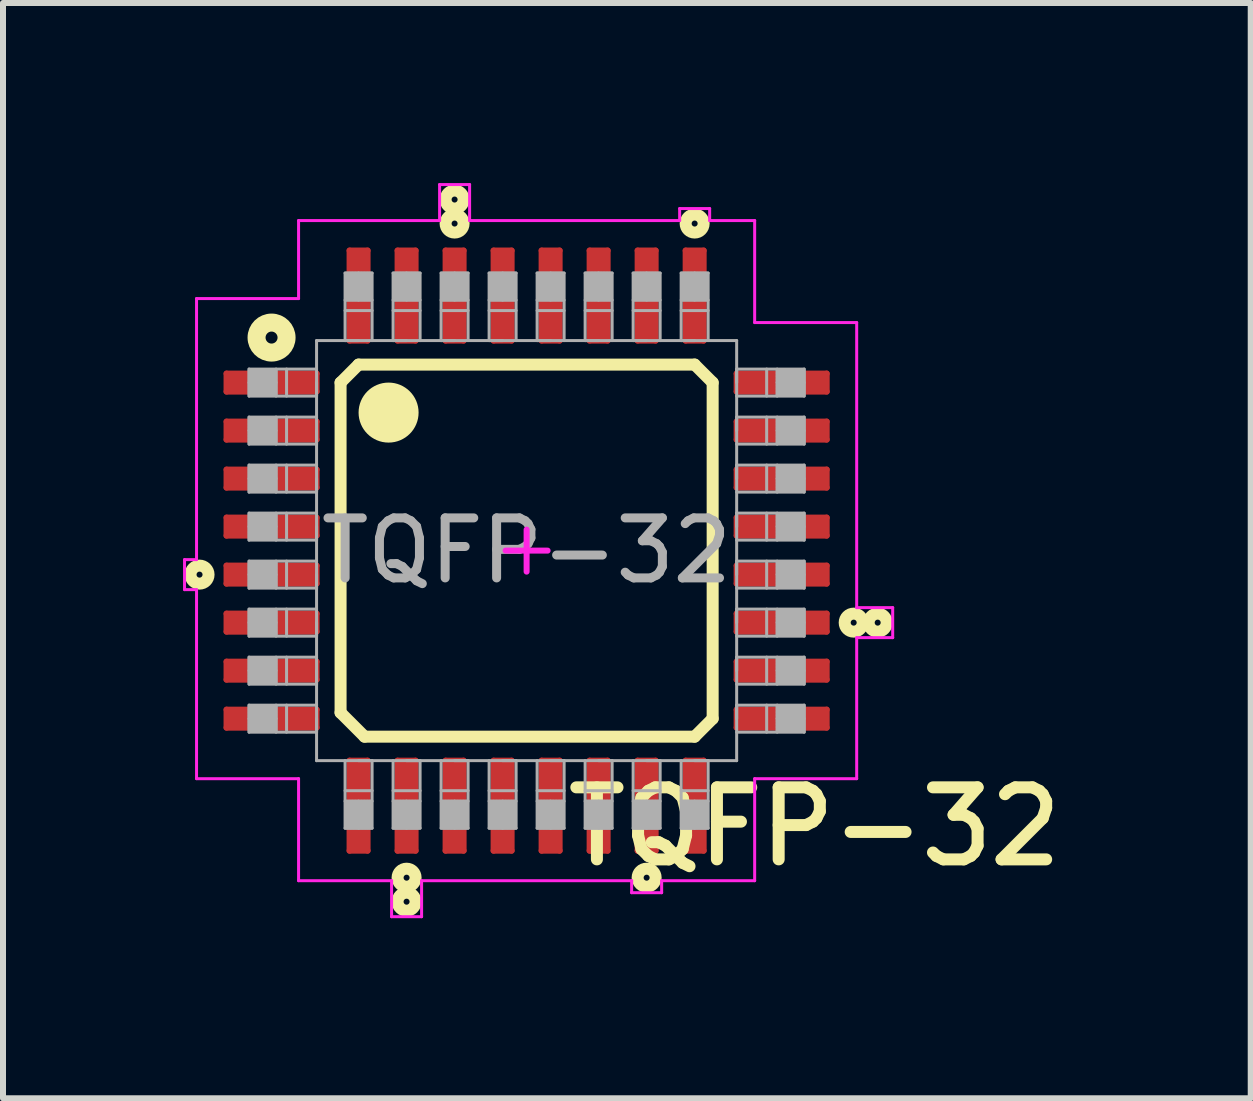
<source format=kicad_pcb>
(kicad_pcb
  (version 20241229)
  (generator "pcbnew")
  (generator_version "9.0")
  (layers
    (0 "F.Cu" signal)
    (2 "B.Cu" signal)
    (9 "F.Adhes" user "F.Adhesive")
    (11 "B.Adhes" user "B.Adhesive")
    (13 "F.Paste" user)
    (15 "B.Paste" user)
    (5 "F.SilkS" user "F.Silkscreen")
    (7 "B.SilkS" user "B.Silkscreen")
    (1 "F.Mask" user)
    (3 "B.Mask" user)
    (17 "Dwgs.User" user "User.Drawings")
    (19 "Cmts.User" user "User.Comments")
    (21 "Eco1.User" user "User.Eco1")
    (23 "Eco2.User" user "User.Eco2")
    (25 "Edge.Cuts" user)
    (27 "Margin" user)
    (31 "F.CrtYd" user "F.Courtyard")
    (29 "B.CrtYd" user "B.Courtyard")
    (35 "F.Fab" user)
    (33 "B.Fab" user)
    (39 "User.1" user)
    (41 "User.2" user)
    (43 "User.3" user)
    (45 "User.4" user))
  (footprint "TQFP-32"
    (layer "F.Cu")
    (at 5.725 6.125)
    (property "Reference" "TQFP-32" (at 4.8 4.6 0) (layer "F.SilkS") (effects (font (size 1.2 1.2) (thickness 0.2))))
    (attr through_hole)
    (fp_line (start -5 -2.95) (end -5 -2.65) (stroke (width 0.1) (type solid)) (layer "F.Cu"))
    (fp_line (start -5 -2.15) (end -5 -1.85) (stroke (width 0.1) (type solid)) (layer "F.Cu"))
    (fp_line (start -5 -1.35) (end -5 -1.05) (stroke (width 0.1) (type solid)) (layer "F.Cu"))
    (fp_line (start -5 -0.55) (end -5 -0.25) (stroke (width 0.1) (type solid)) (layer "F.Cu"))
    (fp_line (start -5 0.25) (end -5 0.55) (stroke (width 0.1) (type solid)) (layer "F.Cu"))
    (fp_line (start -5 1.05) (end -5 1.35) (stroke (width 0.1) (type solid)) (layer "F.Cu"))
    (fp_line (start -5 1.85) (end -5 2.15) (stroke (width 0.1) (type solid)) (layer "F.Cu"))
    (fp_line (start -5 2.65) (end -5 2.95) (stroke (width 0.1) (type solid)) (layer "F.Cu"))
    (fp_line (start -3.5 -2.95) (end -5 -2.95) (stroke (width 0.1) (type solid)) (layer "F.Cu"))
    (fp_line (start -3.5 -2.95) (end -3.5 -2.65) (stroke (width 0.1) (type solid)) (layer "F.Cu"))
    (fp_line (start -3.5 -2.65) (end -5 -2.65) (stroke (width 0.1) (type solid)) (layer "F.Cu"))
    (fp_line (start -3.5 -2.15) (end -5 -2.15) (stroke (width 0.1) (type solid)) (layer "F.Cu"))
    (fp_line (start -3.5 -2.15) (end -3.5 -1.85) (stroke (width 0.1) (type solid)) (layer "F.Cu"))
    (fp_line (start -3.5 -1.85) (end -5 -1.85) (stroke (width 0.1) (type solid)) (layer "F.Cu"))
    (fp_line (start -3.5 -1.35) (end -5 -1.35) (stroke (width 0.1) (type solid)) (layer "F.Cu"))
    (fp_line (start -3.5 -1.35) (end -3.5 -1.05) (stroke (width 0.1) (type solid)) (layer "F.Cu"))
    (fp_line (start -3.5 -1.05) (end -5 -1.05) (stroke (width 0.1) (type solid)) (layer "F.Cu"))
    (fp_line (start -3.5 -0.55) (end -5 -0.55) (stroke (width 0.1) (type solid)) (layer "F.Cu"))
    (fp_line (start -3.5 -0.55) (end -3.5 -0.25) (stroke (width 0.1) (type solid)) (layer "F.Cu"))
    (fp_line (start -3.5 -0.25) (end -5 -0.25) (stroke (width 0.1) (type solid)) (layer "F.Cu"))
    (fp_line (start -3.5 0.25) (end -5 0.25) (stroke (width 0.1) (type solid)) (layer "F.Cu"))
    (fp_line (start -3.5 0.25) (end -3.5 0.55) (stroke (width 0.1) (type solid)) (layer "F.Cu"))
    (fp_line (start -3.5 0.55) (end -5 0.55) (stroke (width 0.1) (type solid)) (layer "F.Cu"))
    (fp_line (start -3.5 1.05) (end -5 1.05) (stroke (width 0.1) (type solid)) (layer "F.Cu"))
    (fp_line (start -3.5 1.05) (end -3.5 1.35) (stroke (width 0.1) (type solid)) (layer "F.Cu"))
    (fp_line (start -3.5 1.35) (end -5 1.35) (stroke (width 0.1) (type solid)) (layer "F.Cu"))
    (fp_line (start -3.5 1.85) (end -5 1.85) (stroke (width 0.1) (type solid)) (layer "F.Cu"))
    (fp_line (start -3.5 1.85) (end -3.5 2.15) (stroke (width 0.1) (type solid)) (layer "F.Cu"))
    (fp_line (start -3.5 2.15) (end -5 2.15) (stroke (width 0.1) (type solid)) (layer "F.Cu"))
    (fp_line (start -3.5 2.65) (end -5 2.65) (stroke (width 0.1) (type solid)) (layer "F.Cu"))
    (fp_line (start -3.5 2.65) (end -3.5 2.95) (stroke (width 0.1) (type solid)) (layer "F.Cu"))
    (fp_line (start -3.5 2.95) (end -5 2.95) (stroke (width 0.1) (type solid)) (layer "F.Cu"))
    (fp_line (start -2.95 -5) (end -2.95 -3.5) (stroke (width 0.1) (type solid)) (layer "F.Cu"))
    (fp_line (start -2.95 -5) (end -2.65 -5) (stroke (width 0.1) (type solid)) (layer "F.Cu"))
    (fp_line (start -2.95 -3.5) (end -2.65 -3.5) (stroke (width 0.1) (type solid)) (layer "F.Cu"))
    (fp_line (start -2.95 3.5) (end -2.95 5) (stroke (width 0.1) (type solid)) (layer "F.Cu"))
    (fp_line (start -2.95 3.5) (end -2.65 3.5) (stroke (width 0.1) (type solid)) (layer "F.Cu"))
    (fp_line (start -2.95 5) (end -2.65 5) (stroke (width 0.1) (type solid)) (layer "F.Cu"))
    (fp_line (start -2.65 -5) (end -2.65 -3.5) (stroke (width 0.1) (type solid)) (layer "F.Cu"))
    (fp_line (start -2.65 3.5) (end -2.65 5) (stroke (width 0.1) (type solid)) (layer "F.Cu"))
    (fp_line (start -2.15 -5) (end -2.15 -3.5) (stroke (width 0.1) (type solid)) (layer "F.Cu"))
    (fp_line (start -2.15 -5) (end -1.85 -5) (stroke (width 0.1) (type solid)) (layer "F.Cu"))
    (fp_line (start -2.15 -3.5) (end -1.85 -3.5) (stroke (width 0.1) (type solid)) (layer "F.Cu"))
    (fp_line (start -2.15 3.5) (end -2.15 5) (stroke (width 0.1) (type solid)) (layer "F.Cu"))
    (fp_line (start -2.15 3.5) (end -1.85 3.5) (stroke (width 0.1) (type solid)) (layer "F.Cu"))
    (fp_line (start -2.15 5) (end -1.85 5) (stroke (width 0.1) (type solid)) (layer "F.Cu"))
    (fp_line (start -1.85 -5) (end -1.85 -3.5) (stroke (width 0.1) (type solid)) (layer "F.Cu"))
    (fp_line (start -1.85 3.5) (end -1.85 5) (stroke (width 0.1) (type solid)) (layer "F.Cu"))
    (fp_line (start -1.35 -5) (end -1.35 -3.5) (stroke (width 0.1) (type solid)) (layer "F.Cu"))
    (fp_line (start -1.35 -5) (end -1.05 -5) (stroke (width 0.1) (type solid)) (layer "F.Cu"))
    (fp_line (start -1.35 -3.5) (end -1.05 -3.5) (stroke (width 0.1) (type solid)) (layer "F.Cu"))
    (fp_line (start -1.35 3.5) (end -1.35 5) (stroke (width 0.1) (type solid)) (layer "F.Cu"))
    (fp_line (start -1.35 3.5) (end -1.05 3.5) (stroke (width 0.1) (type solid)) (layer "F.Cu"))
    (fp_line (start -1.35 5) (end -1.05 5) (stroke (width 0.1) (type solid)) (layer "F.Cu"))
    (fp_line (start -1.05 -5) (end -1.05 -3.5) (stroke (width 0.1) (type solid)) (layer "F.Cu"))
    (fp_line (start -1.05 3.5) (end -1.05 5) (stroke (width 0.1) (type solid)) (layer "F.Cu"))
    (fp_line (start -0.55 -5) (end -0.55 -3.5) (stroke (width 0.1) (type solid)) (layer "F.Cu"))
    (fp_line (start -0.55 -5) (end -0.25 -5) (stroke (width 0.1) (type solid)) (layer "F.Cu"))
    (fp_line (start -0.55 -3.5) (end -0.25 -3.5) (stroke (width 0.1) (type solid)) (layer "F.Cu"))
    (fp_line (start -0.55 3.5) (end -0.55 5) (stroke (width 0.1) (type solid)) (layer "F.Cu"))
    (fp_line (start -0.55 3.5) (end -0.25 3.5) (stroke (width 0.1) (type solid)) (layer "F.Cu"))
    (fp_line (start -0.55 5) (end -0.25 5) (stroke (width 0.1) (type solid)) (layer "F.Cu"))
    (fp_line (start -0.25 -5) (end -0.25 -3.5) (stroke (width 0.1) (type solid)) (layer "F.Cu"))
    (fp_line (start -0.25 3.5) (end -0.25 5) (stroke (width 0.1) (type solid)) (layer "F.Cu"))
    (fp_line (start 0.25 -5) (end 0.25 -3.5) (stroke (width 0.1) (type solid)) (layer "F.Cu"))
    (fp_line (start 0.25 -5) (end 0.55 -5) (stroke (width 0.1) (type solid)) (layer "F.Cu"))
    (fp_line (start 0.25 -3.5) (end 0.55 -3.5) (stroke (width 0.1) (type solid)) (layer "F.Cu"))
    (fp_line (start 0.25 3.5) (end 0.25 5) (stroke (width 0.1) (type solid)) (layer "F.Cu"))
    (fp_line (start 0.25 3.5) (end 0.55 3.5) (stroke (width 0.1) (type solid)) (layer "F.Cu"))
    (fp_line (start 0.25 5) (end 0.55 5) (stroke (width 0.1) (type solid)) (layer "F.Cu"))
    (fp_line (start 0.55 -5) (end 0.55 -3.5) (stroke (width 0.1) (type solid)) (layer "F.Cu"))
    (fp_line (start 0.55 3.5) (end 0.55 5) (stroke (width 0.1) (type solid)) (layer "F.Cu"))
    (fp_line (start 1.05 -5) (end 1.05 -3.5) (stroke (width 0.1) (type solid)) (layer "F.Cu"))
    (fp_line (start 1.05 -5) (end 1.35 -5) (stroke (width 0.1) (type solid)) (layer "F.Cu"))
    (fp_line (start 1.05 -3.5) (end 1.35 -3.5) (stroke (width 0.1) (type solid)) (layer "F.Cu"))
    (fp_line (start 1.05 3.5) (end 1.05 5) (stroke (width 0.1) (type solid)) (layer "F.Cu"))
    (fp_line (start 1.05 3.5) (end 1.35 3.5) (stroke (width 0.1) (type solid)) (layer "F.Cu"))
    (fp_line (start 1.05 5) (end 1.35 5) (stroke (width 0.1) (type solid)) (layer "F.Cu"))
    (fp_line (start 1.35 -5) (end 1.35 -3.5) (stroke (width 0.1) (type solid)) (layer "F.Cu"))
    (fp_line (start 1.35 3.5) (end 1.35 5) (stroke (width 0.1) (type solid)) (layer "F.Cu"))
    (fp_line (start 1.85 -5) (end 1.85 -3.5) (stroke (width 0.1) (type solid)) (layer "F.Cu"))
    (fp_line (start 1.85 -5) (end 2.15 -5) (stroke (width 0.1) (type solid)) (layer "F.Cu"))
    (fp_line (start 1.85 -3.5) (end 2.15 -3.5) (stroke (width 0.1) (type solid)) (layer "F.Cu"))
    (fp_line (start 1.85 3.5) (end 1.85 5) (stroke (width 0.1) (type solid)) (layer "F.Cu"))
    (fp_line (start 1.85 3.5) (end 2.15 3.5) (stroke (width 0.1) (type solid)) (layer "F.Cu"))
    (fp_line (start 1.85 5) (end 2.15 5) (stroke (width 0.1) (type solid)) (layer "F.Cu"))
    (fp_line (start 2.15 -5) (end 2.15 -3.5) (stroke (width 0.1) (type solid)) (layer "F.Cu"))
    (fp_line (start 2.15 3.5) (end 2.15 5) (stroke (width 0.1) (type solid)) (layer "F.Cu"))
    (fp_line (start 2.65 -5) (end 2.65 -3.5) (stroke (width 0.1) (type solid)) (layer "F.Cu"))
    (fp_line (start 2.65 -5) (end 2.95 -5) (stroke (width 0.1) (type solid)) (layer "F.Cu"))
    (fp_line (start 2.65 -3.5) (end 2.95 -3.5) (stroke (width 0.1) (type solid)) (layer "F.Cu"))
    (fp_line (start 2.65 3.5) (end 2.65 5) (stroke (width 0.1) (type solid)) (layer "F.Cu"))
    (fp_line (start 2.65 3.5) (end 2.95 3.5) (stroke (width 0.1) (type solid)) (layer "F.Cu"))
    (fp_line (start 2.65 5) (end 2.95 5) (stroke (width 0.1) (type solid)) (layer "F.Cu"))
    (fp_line (start 2.95 -5) (end 2.95 -3.5) (stroke (width 0.1) (type solid)) (layer "F.Cu"))
    (fp_line (start 2.95 3.5) (end 2.95 5) (stroke (width 0.1) (type solid)) (layer "F.Cu"))
    (fp_line (start 3.5 -2.95) (end 3.5 -2.65) (stroke (width 0.1) (type solid)) (layer "F.Cu"))
    (fp_line (start 3.5 -2.15) (end 3.5 -1.85) (stroke (width 0.1) (type solid)) (layer "F.Cu"))
    (fp_line (start 3.5 -1.35) (end 3.5 -1.05) (stroke (width 0.1) (type solid)) (layer "F.Cu"))
    (fp_line (start 3.5 -0.55) (end 3.5 -0.25) (stroke (width 0.1) (type solid)) (layer "F.Cu"))
    (fp_line (start 3.5 0.25) (end 3.5 0.55) (stroke (width 0.1) (type solid)) (layer "F.Cu"))
    (fp_line (start 3.5 1.05) (end 3.5 1.35) (stroke (width 0.1) (type solid)) (layer "F.Cu"))
    (fp_line (start 3.5 1.85) (end 3.5 2.15) (stroke (width 0.1) (type solid)) (layer "F.Cu"))
    (fp_line (start 3.5 2.65) (end 3.5 2.95) (stroke (width 0.1) (type solid)) (layer "F.Cu"))
    (fp_line (start 5 -2.95) (end 3.5 -2.95) (stroke (width 0.1) (type solid)) (layer "F.Cu"))
    (fp_line (start 5 -2.95) (end 5 -2.65) (stroke (width 0.1) (type solid)) (layer "F.Cu"))
    (fp_line (start 5 -2.65) (end 3.5 -2.65) (stroke (width 0.1) (type solid)) (layer "F.Cu"))
    (fp_line (start 5 -2.15) (end 3.5 -2.15) (stroke (width 0.1) (type solid)) (layer "F.Cu"))
    (fp_line (start 5 -2.15) (end 5 -1.85) (stroke (width 0.1) (type solid)) (layer "F.Cu"))
    (fp_line (start 5 -1.85) (end 3.5 -1.85) (stroke (width 0.1) (type solid)) (layer "F.Cu"))
    (fp_line (start 5 -1.35) (end 3.5 -1.35) (stroke (width 0.1) (type solid)) (layer "F.Cu"))
    (fp_line (start 5 -1.35) (end 5 -1.05) (stroke (width 0.1) (type solid)) (layer "F.Cu"))
    (fp_line (start 5 -1.05) (end 3.5 -1.05) (stroke (width 0.1) (type solid)) (layer "F.Cu"))
    (fp_line (start 5 -0.55) (end 3.5 -0.55) (stroke (width 0.1) (type solid)) (layer "F.Cu"))
    (fp_line (start 5 -0.55) (end 5 -0.25) (stroke (width 0.1) (type solid)) (layer "F.Cu"))
    (fp_line (start 5 -0.25) (end 3.5 -0.25) (stroke (width 0.1) (type solid)) (layer "F.Cu"))
    (fp_line (start 5 0.25) (end 3.5 0.25) (stroke (width 0.1) (type solid)) (layer "F.Cu"))
    (fp_line (start 5 0.25) (end 5 0.55) (stroke (width 0.1) (type solid)) (layer "F.Cu"))
    (fp_line (start 5 0.55) (end 3.5 0.55) (stroke (width 0.1) (type solid)) (layer "F.Cu"))
    (fp_line (start 5 1.05) (end 3.5 1.05) (stroke (width 0.1) (type solid)) (layer "F.Cu"))
    (fp_line (start 5 1.05) (end 5 1.35) (stroke (width 0.1) (type solid)) (layer "F.Cu"))
    (fp_line (start 5 1.35) (end 3.5 1.35) (stroke (width 0.1) (type solid)) (layer "F.Cu"))
    (fp_line (start 5 1.85) (end 3.5 1.85) (stroke (width 0.1) (type solid)) (layer "F.Cu"))
    (fp_line (start 5 1.85) (end 5 2.15) (stroke (width 0.1) (type solid)) (layer "F.Cu"))
    (fp_line (start 5 2.15) (end 3.5 2.15) (stroke (width 0.1) (type solid)) (layer "F.Cu"))
    (fp_line (start 5 2.65) (end 3.5 2.65) (stroke (width 0.1) (type solid)) (layer "F.Cu"))
    (fp_line (start 5 2.65) (end 5 2.95) (stroke (width 0.1) (type solid)) (layer "F.Cu"))
    (fp_line (start 5 2.95) (end 3.5 2.95) (stroke (width 0.1) (type solid)) (layer "F.Cu"))
    (fp_line (start -5.05 -3) (end -3.45 -3) (stroke (width 0.2) (type solid)) (layer "F.Mask"))
    (fp_line (start -5.05 -2.6) (end -5.05 -3) (stroke (width 0.2) (type solid)) (layer "F.Mask"))
    (fp_line (start -5.05 -2.2) (end -3.45 -2.2) (stroke (width 0.2) (type solid)) (layer "F.Mask"))
    (fp_line (start -5.05 -1.8) (end -5.05 -2.2) (stroke (width 0.2) (type solid)) (layer "F.Mask"))
    (fp_line (start -5.05 -1.4) (end -3.45 -1.4) (stroke (width 0.2) (type solid)) (layer "F.Mask"))
    (fp_line (start -5.05 -1) (end -5.05 -1.4) (stroke (width 0.2) (type solid)) (layer "F.Mask"))
    (fp_line (start -5.05 -0.6) (end -3.45 -0.6) (stroke (width 0.2) (type solid)) (layer "F.Mask"))
    (fp_line (start -5.05 -0.2) (end -5.05 -0.6) (stroke (width 0.2) (type solid)) (layer "F.Mask"))
    (fp_line (start -5.05 0.2) (end -3.45 0.2) (stroke (width 0.2) (type solid)) (layer "F.Mask"))
    (fp_line (start -5.05 0.6) (end -5.05 0.2) (stroke (width 0.2) (type solid)) (layer "F.Mask"))
    (fp_line (start -5.05 1) (end -3.45 1) (stroke (width 0.2) (type solid)) (layer "F.Mask"))
    (fp_line (start -5.05 1.4) (end -5.05 1) (stroke (width 0.2) (type solid)) (layer "F.Mask"))
    (fp_line (start -5.05 1.8) (end -3.45 1.8) (stroke (width 0.2) (type solid)) (layer "F.Mask"))
    (fp_line (start -5.05 2.2) (end -5.05 1.8) (stroke (width 0.2) (type solid)) (layer "F.Mask"))
    (fp_line (start -5.05 2.6) (end -3.45 2.6) (stroke (width 0.2) (type solid)) (layer "F.Mask"))
    (fp_line (start -5.05 3) (end -5.05 2.6) (stroke (width 0.2) (type solid)) (layer "F.Mask"))
    (fp_line (start -3.45 -2.6) (end -5.05 -2.6) (stroke (width 0.2) (type solid)) (layer "F.Mask"))
    (fp_line (start -3.45 -2.6) (end -3.45 -3) (stroke (width 0.2) (type solid)) (layer "F.Mask"))
    (fp_line (start -3.45 -1.8) (end -5.05 -1.8) (stroke (width 0.2) (type solid)) (layer "F.Mask"))
    (fp_line (start -3.45 -1.8) (end -3.45 -2.2) (stroke (width 0.2) (type solid)) (layer "F.Mask"))
    (fp_line (start -3.45 -1) (end -5.05 -1) (stroke (width 0.2) (type solid)) (layer "F.Mask"))
    (fp_line (start -3.45 -1) (end -3.45 -1.4) (stroke (width 0.2) (type solid)) (layer "F.Mask"))
    (fp_line (start -3.45 -0.2) (end -5.05 -0.2) (stroke (width 0.2) (type solid)) (layer "F.Mask"))
    (fp_line (start -3.45 -0.2) (end -3.45 -0.6) (stroke (width 0.2) (type solid)) (layer "F.Mask"))
    (fp_line (start -3.45 0.6) (end -5.05 0.6) (stroke (width 0.2) (type solid)) (layer "F.Mask"))
    (fp_line (start -3.45 0.6) (end -3.45 0.2) (stroke (width 0.2) (type solid)) (layer "F.Mask"))
    (fp_line (start -3.45 1.4) (end -5.05 1.4) (stroke (width 0.2) (type solid)) (layer "F.Mask"))
    (fp_line (start -3.45 1.4) (end -3.45 1) (stroke (width 0.2) (type solid)) (layer "F.Mask"))
    (fp_line (start -3.45 2.2) (end -5.05 2.2) (stroke (width 0.2) (type solid)) (layer "F.Mask"))
    (fp_line (start -3.45 2.2) (end -3.45 1.8) (stroke (width 0.2) (type solid)) (layer "F.Mask"))
    (fp_line (start -3.45 3) (end -5.05 3) (stroke (width 0.2) (type solid)) (layer "F.Mask"))
    (fp_line (start -3.45 3) (end -3.45 2.6) (stroke (width 0.2) (type solid)) (layer "F.Mask"))
    (fp_line (start -3 -3.45) (end -3 -5.05) (stroke (width 0.2) (type solid)) (layer "F.Mask"))
    (fp_line (start -3 5.05) (end -3 3.45) (stroke (width 0.2) (type solid)) (layer "F.Mask"))
    (fp_line (start -2.6 -5.05) (end -3 -5.05) (stroke (width 0.2) (type solid)) (layer "F.Mask"))
    (fp_line (start -2.6 -5.05) (end -2.6 -3.45) (stroke (width 0.2) (type solid)) (layer "F.Mask"))
    (fp_line (start -2.6 -3.45) (end -3 -3.45) (stroke (width 0.2) (type solid)) (layer "F.Mask"))
    (fp_line (start -2.6 3.45) (end -3 3.45) (stroke (width 0.2) (type solid)) (layer "F.Mask"))
    (fp_line (start -2.6 3.45) (end -2.6 5.05) (stroke (width 0.2) (type solid)) (layer "F.Mask"))
    (fp_line (start -2.6 5.05) (end -3 5.05) (stroke (width 0.2) (type solid)) (layer "F.Mask"))
    (fp_line (start -2.2 -3.45) (end -2.2 -5.05) (stroke (width 0.2) (type solid)) (layer "F.Mask"))
    (fp_line (start -2.2 5.05) (end -2.2 3.45) (stroke (width 0.2) (type solid)) (layer "F.Mask"))
    (fp_line (start -1.8 -5.05) (end -2.2 -5.05) (stroke (width 0.2) (type solid)) (layer "F.Mask"))
    (fp_line (start -1.8 -5.05) (end -1.8 -3.45) (stroke (width 0.2) (type solid)) (layer "F.Mask"))
    (fp_line (start -1.8 -3.45) (end -2.2 -3.45) (stroke (width 0.2) (type solid)) (layer "F.Mask"))
    (fp_line (start -1.8 3.45) (end -2.2 3.45) (stroke (width 0.2) (type solid)) (layer "F.Mask"))
    (fp_line (start -1.8 3.45) (end -1.8 5.05) (stroke (width 0.2) (type solid)) (layer "F.Mask"))
    (fp_line (start -1.8 5.05) (end -2.2 5.05) (stroke (width 0.2) (type solid)) (layer "F.Mask"))
    (fp_line (start -1.4 -3.45) (end -1.4 -5.05) (stroke (width 0.2) (type solid)) (layer "F.Mask"))
    (fp_line (start -1.4 5.05) (end -1.4 3.45) (stroke (width 0.2) (type solid)) (layer "F.Mask"))
    (fp_line (start -1 -5.05) (end -1.4 -5.05) (stroke (width 0.2) (type solid)) (layer "F.Mask"))
    (fp_line (start -1 -5.05) (end -1 -3.45) (stroke (width 0.2) (type solid)) (layer "F.Mask"))
    (fp_line (start -1 -3.45) (end -1.4 -3.45) (stroke (width 0.2) (type solid)) (layer "F.Mask"))
    (fp_line (start -1 3.45) (end -1.4 3.45) (stroke (width 0.2) (type solid)) (layer "F.Mask"))
    (fp_line (start -1 3.45) (end -1 5.05) (stroke (width 0.2) (type solid)) (layer "F.Mask"))
    (fp_line (start -1 5.05) (end -1.4 5.05) (stroke (width 0.2) (type solid)) (layer "F.Mask"))
    (fp_line (start -0.6 -3.45) (end -0.6 -5.05) (stroke (width 0.2) (type solid)) (layer "F.Mask"))
    (fp_line (start -0.6 5.05) (end -0.6 3.45) (stroke (width 0.2) (type solid)) (layer "F.Mask"))
    (fp_line (start -0.2 -5.05) (end -0.6 -5.05) (stroke (width 0.2) (type solid)) (layer "F.Mask"))
    (fp_line (start -0.2 -5.05) (end -0.2 -3.45) (stroke (width 0.2) (type solid)) (layer "F.Mask"))
    (fp_line (start -0.2 -3.45) (end -0.6 -3.45) (stroke (width 0.2) (type solid)) (layer "F.Mask"))
    (fp_line (start -0.2 3.45) (end -0.6 3.45) (stroke (width 0.2) (type solid)) (layer "F.Mask"))
    (fp_line (start -0.2 3.45) (end -0.2 5.05) (stroke (width 0.2) (type solid)) (layer "F.Mask"))
    (fp_line (start -0.2 5.05) (end -0.6 5.05) (stroke (width 0.2) (type solid)) (layer "F.Mask"))
    (fp_line (start 0.2 -3.45) (end 0.2 -5.05) (stroke (width 0.2) (type solid)) (layer "F.Mask"))
    (fp_line (start 0.2 5.05) (end 0.2 3.45) (stroke (width 0.2) (type solid)) (layer "F.Mask"))
    (fp_line (start 0.6 -5.05) (end 0.2 -5.05) (stroke (width 0.2) (type solid)) (layer "F.Mask"))
    (fp_line (start 0.6 -5.05) (end 0.6 -3.45) (stroke (width 0.2) (type solid)) (layer "F.Mask"))
    (fp_line (start 0.6 -3.45) (end 0.2 -3.45) (stroke (width 0.2) (type solid)) (layer "F.Mask"))
    (fp_line (start 0.6 3.45) (end 0.2 3.45) (stroke (width 0.2) (type solid)) (layer "F.Mask"))
    (fp_line (start 0.6 3.45) (end 0.6 5.05) (stroke (width 0.2) (type solid)) (layer "F.Mask"))
    (fp_line (start 0.6 5.05) (end 0.2 5.05) (stroke (width 0.2) (type solid)) (layer "F.Mask"))
    (fp_line (start 1 -3.45) (end 1 -5.05) (stroke (width 0.2) (type solid)) (layer "F.Mask"))
    (fp_line (start 1 5.05) (end 1 3.45) (stroke (width 0.2) (type solid)) (layer "F.Mask"))
    (fp_line (start 1.4 -5.05) (end 1 -5.05) (stroke (width 0.2) (type solid)) (layer "F.Mask"))
    (fp_line (start 1.4 -5.05) (end 1.4 -3.45) (stroke (width 0.2) (type solid)) (layer "F.Mask"))
    (fp_line (start 1.4 -3.45) (end 1 -3.45) (stroke (width 0.2) (type solid)) (layer "F.Mask"))
    (fp_line (start 1.4 3.45) (end 1 3.45) (stroke (width 0.2) (type solid)) (layer "F.Mask"))
    (fp_line (start 1.4 3.45) (end 1.4 5.05) (stroke (width 0.2) (type solid)) (layer "F.Mask"))
    (fp_line (start 1.4 5.05) (end 1 5.05) (stroke (width 0.2) (type solid)) (layer "F.Mask"))
    (fp_line (start 1.8 -3.45) (end 1.8 -5.05) (stroke (width 0.2) (type solid)) (layer "F.Mask"))
    (fp_line (start 1.8 5.05) (end 1.8 3.45) (stroke (width 0.2) (type solid)) (layer "F.Mask"))
    (fp_line (start 2.2 -5.05) (end 1.8 -5.05) (stroke (width 0.2) (type solid)) (layer "F.Mask"))
    (fp_line (start 2.2 -5.05) (end 2.2 -3.45) (stroke (width 0.2) (type solid)) (layer "F.Mask"))
    (fp_line (start 2.2 -3.45) (end 1.8 -3.45) (stroke (width 0.2) (type solid)) (layer "F.Mask"))
    (fp_line (start 2.2 3.45) (end 1.8 3.45) (stroke (width 0.2) (type solid)) (layer "F.Mask"))
    (fp_line (start 2.2 3.45) (end 2.2 5.05) (stroke (width 0.2) (type solid)) (layer "F.Mask"))
    (fp_line (start 2.2 5.05) (end 1.8 5.05) (stroke (width 0.2) (type solid)) (layer "F.Mask"))
    (fp_line (start 2.6 -3.45) (end 2.6 -5.05) (stroke (width 0.2) (type solid)) (layer "F.Mask"))
    (fp_line (start 2.6 5.05) (end 2.6 3.45) (stroke (width 0.2) (type solid)) (layer "F.Mask"))
    (fp_line (start 3 -5.05) (end 2.6 -5.05) (stroke (width 0.2) (type solid)) (layer "F.Mask"))
    (fp_line (start 3 -5.05) (end 3 -3.45) (stroke (width 0.2) (type solid)) (layer "F.Mask"))
    (fp_line (start 3 -3.45) (end 2.6 -3.45) (stroke (width 0.2) (type solid)) (layer "F.Mask"))
    (fp_line (start 3 3.45) (end 2.6 3.45) (stroke (width 0.2) (type solid)) (layer "F.Mask"))
    (fp_line (start 3 3.45) (end 3 5.05) (stroke (width 0.2) (type solid)) (layer "F.Mask"))
    (fp_line (start 3 5.05) (end 2.6 5.05) (stroke (width 0.2) (type solid)) (layer "F.Mask"))
    (fp_line (start 3.45 -3) (end 5.05 -3) (stroke (width 0.2) (type solid)) (layer "F.Mask"))
    (fp_line (start 3.45 -2.6) (end 3.45 -3) (stroke (width 0.2) (type solid)) (layer "F.Mask"))
    (fp_line (start 3.45 -2.2) (end 5.05 -2.2) (stroke (width 0.2) (type solid)) (layer "F.Mask"))
    (fp_line (start 3.45 -1.8) (end 3.45 -2.2) (stroke (width 0.2) (type solid)) (layer "F.Mask"))
    (fp_line (start 3.45 -1.4) (end 5.05 -1.4) (stroke (width 0.2) (type solid)) (layer "F.Mask"))
    (fp_line (start 3.45 -1) (end 3.45 -1.4) (stroke (width 0.2) (type solid)) (layer "F.Mask"))
    (fp_line (start 3.45 -0.6) (end 5.05 -0.6) (stroke (width 0.2) (type solid)) (layer "F.Mask"))
    (fp_line (start 3.45 -0.2) (end 3.45 -0.6) (stroke (width 0.2) (type solid)) (layer "F.Mask"))
    (fp_line (start 3.45 0.2) (end 5.05 0.2) (stroke (width 0.2) (type solid)) (layer "F.Mask"))
    (fp_line (start 3.45 0.6) (end 3.45 0.2) (stroke (width 0.2) (type solid)) (layer "F.Mask"))
    (fp_line (start 3.45 1) (end 5.05 1) (stroke (width 0.2) (type solid)) (layer "F.Mask"))
    (fp_line (start 3.45 1.4) (end 3.45 1) (stroke (width 0.2) (type solid)) (layer "F.Mask"))
    (fp_line (start 3.45 1.8) (end 5.05 1.8) (stroke (width 0.2) (type solid)) (layer "F.Mask"))
    (fp_line (start 3.45 2.2) (end 3.45 1.8) (stroke (width 0.2) (type solid)) (layer "F.Mask"))
    (fp_line (start 3.45 2.6) (end 5.05 2.6) (stroke (width 0.2) (type solid)) (layer "F.Mask"))
    (fp_line (start 3.45 3) (end 3.45 2.6) (stroke (width 0.2) (type solid)) (layer "F.Mask"))
    (fp_line (start 5.05 -2.6) (end 3.45 -2.6) (stroke (width 0.2) (type solid)) (layer "F.Mask"))
    (fp_line (start 5.05 -2.6) (end 5.05 -3) (stroke (width 0.2) (type solid)) (layer "F.Mask"))
    (fp_line (start 5.05 -1.8) (end 3.45 -1.8) (stroke (width 0.2) (type solid)) (layer "F.Mask"))
    (fp_line (start 5.05 -1.8) (end 5.05 -2.2) (stroke (width 0.2) (type solid)) (layer "F.Mask"))
    (fp_line (start 5.05 -1) (end 3.45 -1) (stroke (width 0.2) (type solid)) (layer "F.Mask"))
    (fp_line (start 5.05 -1) (end 5.05 -1.4) (stroke (width 0.2) (type solid)) (layer "F.Mask"))
    (fp_line (start 5.05 -0.2) (end 3.45 -0.2) (stroke (width 0.2) (type solid)) (layer "F.Mask"))
    (fp_line (start 5.05 -0.2) (end 5.05 -0.6) (stroke (width 0.2) (type solid)) (layer "F.Mask"))
    (fp_line (start 5.05 0.6) (end 3.45 0.6) (stroke (width 0.2) (type solid)) (layer "F.Mask"))
    (fp_line (start 5.05 0.6) (end 5.05 0.2) (stroke (width 0.2) (type solid)) (layer "F.Mask"))
    (fp_line (start 5.05 1.4) (end 3.45 1.4) (stroke (width 0.2) (type solid)) (layer "F.Mask"))
    (fp_line (start 5.05 1.4) (end 5.05 1) (stroke (width 0.2) (type solid)) (layer "F.Mask"))
    (fp_line (start 5.05 2.2) (end 3.45 2.2) (stroke (width 0.2) (type solid)) (layer "F.Mask"))
    (fp_line (start 5.05 2.2) (end 5.05 1.8) (stroke (width 0.2) (type solid)) (layer "F.Mask"))
    (fp_line (start 5.05 3) (end 3.45 3) (stroke (width 0.2) (type solid)) (layer "F.Mask"))
    (fp_line (start 5.05 3) (end 5.05 2.6) (stroke (width 0.2) (type solid)) (layer "F.Mask"))
    (fp_line (start -3.1 2.7) (end -3.1 -2.8) (stroke (width 0.2) (type solid)) (layer "F.SilkS"))
    (fp_line (start -2.8 -3.1) (end -3.1 -2.8) (stroke (width 0.2) (type solid)) (layer "F.SilkS"))
    (fp_line (start -2.8 -3.1) (end 2.8 -3.1) (stroke (width 0.2) (type solid)) (layer "F.SilkS"))
    (fp_line (start -2.7 3.1) (end -3.1 2.7) (stroke (width 0.2) (type solid)) (layer "F.SilkS"))
    (fp_line (start 2.8 -3.1) (end 3.1 -2.8) (stroke (width 0.2) (type solid)) (layer "F.SilkS"))
    (fp_line (start 2.8 3.1) (end -2.7 3.1) (stroke (width 0.2) (type solid)) (layer "F.SilkS"))
    (fp_line (start 3.1 -2.8) (end 3.1 2.8) (stroke (width 0.2) (type solid)) (layer "F.SilkS"))
    (fp_line (start 3.1 2.8) (end 2.8 3.1) (stroke (width 0.2) (type solid)) (layer "F.SilkS"))
    (fp_circle (center -5.45 0.4) (end -5.4 0.4) (stroke (width 0.2) (type solid)) (fill no) (layer "F.SilkS"))
    (fp_circle (center -4.25 -3.55) (end -4.15 -3.55) (stroke (width 0.3) (type solid)) (fill no) (layer "F.SilkS"))
    (fp_circle (center -2.3 -2.3) (end -2.3 -2.6) (stroke (width 0.2) (type solid)) (fill no) (layer "F.SilkS"))
    (fp_circle (center -2.3 -2.3) (end -2.3 -2.5) (stroke (width 0.2) (type solid)) (fill no) (layer "F.SilkS"))
    (fp_circle (center -2.3 -2.3) (end -2.3 -2.4) (stroke (width 0.2) (type solid)) (fill no) (layer "F.SilkS"))
    (fp_circle (center -2.3 -2.3) (end -2.3 -1.9) (stroke (width 0.2) (type solid)) (fill no) (layer "F.SilkS"))
    (fp_circle (center -2 5.45) (end -1.95 5.45) (stroke (width 0.2) (type solid)) (fill no) (layer "F.SilkS"))
    (fp_circle (center -2 5.85) (end -1.95 5.85) (stroke (width 0.2) (type solid)) (fill no) (layer "F.SilkS"))
    (fp_circle (center -1.2 -5.85) (end -1.15 -5.85) (stroke (width 0.2) (type solid)) (fill no) (layer "F.SilkS"))
    (fp_circle (center -1.2 -5.45) (end -1.15 -5.45) (stroke (width 0.2) (type solid)) (fill no) (layer "F.SilkS"))
    (fp_circle (center 2 5.45) (end 2.05 5.45) (stroke (width 0.2) (type solid)) (fill no) (layer "F.SilkS"))
    (fp_circle (center 2.8 -5.45) (end 2.85 -5.45) (stroke (width 0.2) (type solid)) (fill no) (layer "F.SilkS"))
    (fp_circle (center 5.45 1.2) (end 5.5 1.2) (stroke (width 0.2) (type solid)) (fill no) (layer "F.SilkS"))
    (fp_circle (center 5.85 1.2) (end 5.9 1.2) (stroke (width 0.2) (type solid)) (fill no) (layer "F.SilkS"))
    (fp_line (start -5 -2.95) (end -3.5 -2.95) (stroke (width 0.05) (type solid)) (layer "F.Paste"))
    (fp_line (start -5 -2.65) (end -5 -2.95) (stroke (width 0.05) (type solid)) (layer "F.Paste"))
    (fp_line (start -5 -2.15) (end -3.5 -2.15) (stroke (width 0.05) (type solid)) (layer "F.Paste"))
    (fp_line (start -5 -1.85) (end -5 -2.15) (stroke (width 0.05) (type solid)) (layer "F.Paste"))
    (fp_line (start -5 -1.35) (end -3.5 -1.35) (stroke (width 0.05) (type solid)) (layer "F.Paste"))
    (fp_line (start -5 -1.05) (end -5 -1.35) (stroke (width 0.05) (type solid)) (layer "F.Paste"))
    (fp_line (start -5 -0.55) (end -3.5 -0.55) (stroke (width 0.05) (type solid)) (layer "F.Paste"))
    (fp_line (start -5 -0.25) (end -5 -0.55) (stroke (width 0.05) (type solid)) (layer "F.Paste"))
    (fp_line (start -5 0.25) (end -3.5 0.25) (stroke (width 0.05) (type solid)) (layer "F.Paste"))
    (fp_line (start -5 0.55) (end -5 0.25) (stroke (width 0.05) (type solid)) (layer "F.Paste"))
    (fp_line (start -5 1.05) (end -3.5 1.05) (stroke (width 0.05) (type solid)) (layer "F.Paste"))
    (fp_line (start -5 1.35) (end -5 1.05) (stroke (width 0.05) (type solid)) (layer "F.Paste"))
    (fp_line (start -5 1.85) (end -3.5 1.85) (stroke (width 0.05) (type solid)) (layer "F.Paste"))
    (fp_line (start -5 2.15) (end -5 1.85) (stroke (width 0.05) (type solid)) (layer "F.Paste"))
    (fp_line (start -5 2.65) (end -3.5 2.65) (stroke (width 0.05) (type solid)) (layer "F.Paste"))
    (fp_line (start -5 2.95) (end -5 2.65) (stroke (width 0.05) (type solid)) (layer "F.Paste"))
    (fp_line (start -3.5 -2.95) (end -3.5 -2.65) (stroke (width 0.05) (type solid)) (layer "F.Paste"))
    (fp_line (start -3.5 -2.65) (end -5 -2.65) (stroke (width 0.05) (type solid)) (layer "F.Paste"))
    (fp_line (start -3.5 -2.15) (end -3.5 -1.85) (stroke (width 0.05) (type solid)) (layer "F.Paste"))
    (fp_line (start -3.5 -1.85) (end -5 -1.85) (stroke (width 0.05) (type solid)) (layer "F.Paste"))
    (fp_line (start -3.5 -1.35) (end -3.5 -1.05) (stroke (width 0.05) (type solid)) (layer "F.Paste"))
    (fp_line (start -3.5 -1.05) (end -5 -1.05) (stroke (width 0.05) (type solid)) (layer "F.Paste"))
    (fp_line (start -3.5 -0.55) (end -3.5 -0.25) (stroke (width 0.05) (type solid)) (layer "F.Paste"))
    (fp_line (start -3.5 -0.25) (end -5 -0.25) (stroke (width 0.05) (type solid)) (layer "F.Paste"))
    (fp_line (start -3.5 0.25) (end -3.5 0.55) (stroke (width 0.05) (type solid)) (layer "F.Paste"))
    (fp_line (start -3.5 0.55) (end -5 0.55) (stroke (width 0.05) (type solid)) (layer "F.Paste"))
    (fp_line (start -3.5 1.05) (end -3.5 1.35) (stroke (width 0.05) (type solid)) (layer "F.Paste"))
    (fp_line (start -3.5 1.35) (end -5 1.35) (stroke (width 0.05) (type solid)) (layer "F.Paste"))
    (fp_line (start -3.5 1.85) (end -3.5 2.15) (stroke (width 0.05) (type solid)) (layer "F.Paste"))
    (fp_line (start -3.5 2.15) (end -5 2.15) (stroke (width 0.05) (type solid)) (layer "F.Paste"))
    (fp_line (start -3.5 2.65) (end -3.5 2.95) (stroke (width 0.05) (type solid)) (layer "F.Paste"))
    (fp_line (start -3.5 2.95) (end -5 2.95) (stroke (width 0.05) (type solid)) (layer "F.Paste"))
    (fp_line (start -2.95 -5) (end -2.65 -5) (stroke (width 0.05) (type solid)) (layer "F.Paste"))
    (fp_line (start -2.95 -3.5) (end -2.95 -5) (stroke (width 0.05) (type solid)) (layer "F.Paste"))
    (fp_line (start -2.95 3.5) (end -2.65 3.5) (stroke (width 0.05) (type solid)) (layer "F.Paste"))
    (fp_line (start -2.95 5) (end -2.95 3.5) (stroke (width 0.05) (type solid)) (layer "F.Paste"))
    (fp_line (start -2.65 -5) (end -2.65 -3.5) (stroke (width 0.05) (type solid)) (layer "F.Paste"))
    (fp_line (start -2.65 -3.5) (end -2.95 -3.5) (stroke (width 0.05) (type solid)) (layer "F.Paste"))
    (fp_line (start -2.65 3.5) (end -2.65 5) (stroke (width 0.05) (type solid)) (layer "F.Paste"))
    (fp_line (start -2.65 5) (end -2.95 5) (stroke (width 0.05) (type solid)) (layer "F.Paste"))
    (fp_line (start -2.15 -5) (end -1.85 -5) (stroke (width 0.05) (type solid)) (layer "F.Paste"))
    (fp_line (start -2.15 -3.5) (end -2.15 -5) (stroke (width 0.05) (type solid)) (layer "F.Paste"))
    (fp_line (start -2.15 3.5) (end -1.85 3.5) (stroke (width 0.05) (type solid)) (layer "F.Paste"))
    (fp_line (start -2.15 5) (end -2.15 3.5) (stroke (width 0.05) (type solid)) (layer "F.Paste"))
    (fp_line (start -1.85 -5) (end -1.85 -3.5) (stroke (width 0.05) (type solid)) (layer "F.Paste"))
    (fp_line (start -1.85 -3.5) (end -2.15 -3.5) (stroke (width 0.05) (type solid)) (layer "F.Paste"))
    (fp_line (start -1.85 3.5) (end -1.85 5) (stroke (width 0.05) (type solid)) (layer "F.Paste"))
    (fp_line (start -1.85 5) (end -2.15 5) (stroke (width 0.05) (type solid)) (layer "F.Paste"))
    (fp_line (start -1.35 -5) (end -1.05 -5) (stroke (width 0.05) (type solid)) (layer "F.Paste"))
    (fp_line (start -1.35 -3.5) (end -1.35 -5) (stroke (width 0.05) (type solid)) (layer "F.Paste"))
    (fp_line (start -1.35 3.5) (end -1.05 3.5) (stroke (width 0.05) (type solid)) (layer "F.Paste"))
    (fp_line (start -1.35 5) (end -1.35 3.5) (stroke (width 0.05) (type solid)) (layer "F.Paste"))
    (fp_line (start -1.05 -5) (end -1.05 -3.5) (stroke (width 0.05) (type solid)) (layer "F.Paste"))
    (fp_line (start -1.05 -3.5) (end -1.35 -3.5) (stroke (width 0.05) (type solid)) (layer "F.Paste"))
    (fp_line (start -1.05 3.5) (end -1.05 5) (stroke (width 0.05) (type solid)) (layer "F.Paste"))
    (fp_line (start -1.05 5) (end -1.35 5) (stroke (width 0.05) (type solid)) (layer "F.Paste"))
    (fp_line (start -0.55 -5) (end -0.25 -5) (stroke (width 0.05) (type solid)) (layer "F.Paste"))
    (fp_line (start -0.55 -3.5) (end -0.55 -5) (stroke (width 0.05) (type solid)) (layer "F.Paste"))
    (fp_line (start -0.55 3.5) (end -0.25 3.5) (stroke (width 0.05) (type solid)) (layer "F.Paste"))
    (fp_line (start -0.55 5) (end -0.55 3.5) (stroke (width 0.05) (type solid)) (layer "F.Paste"))
    (fp_line (start -0.25 -5) (end -0.25 -3.5) (stroke (width 0.05) (type solid)) (layer "F.Paste"))
    (fp_line (start -0.25 -3.5) (end -0.55 -3.5) (stroke (width 0.05) (type solid)) (layer "F.Paste"))
    (fp_line (start -0.25 3.5) (end -0.25 5) (stroke (width 0.05) (type solid)) (layer "F.Paste"))
    (fp_line (start -0.25 5) (end -0.55 5) (stroke (width 0.05) (type solid)) (layer "F.Paste"))
    (fp_line (start 0.25 -5) (end 0.55 -5) (stroke (width 0.05) (type solid)) (layer "F.Paste"))
    (fp_line (start 0.25 -3.5) (end 0.25 -5) (stroke (width 0.05) (type solid)) (layer "F.Paste"))
    (fp_line (start 0.25 3.5) (end 0.55 3.5) (stroke (width 0.05) (type solid)) (layer "F.Paste"))
    (fp_line (start 0.25 5) (end 0.25 3.5) (stroke (width 0.05) (type solid)) (layer "F.Paste"))
    (fp_line (start 0.55 -5) (end 0.55 -3.5) (stroke (width 0.05) (type solid)) (layer "F.Paste"))
    (fp_line (start 0.55 -3.5) (end 0.25 -3.5) (stroke (width 0.05) (type solid)) (layer "F.Paste"))
    (fp_line (start 0.55 3.5) (end 0.55 5) (stroke (width 0.05) (type solid)) (layer "F.Paste"))
    (fp_line (start 0.55 5) (end 0.25 5) (stroke (width 0.05) (type solid)) (layer "F.Paste"))
    (fp_line (start 1.05 -5) (end 1.35 -5) (stroke (width 0.05) (type solid)) (layer "F.Paste"))
    (fp_line (start 1.05 -3.5) (end 1.05 -5) (stroke (width 0.05) (type solid)) (layer "F.Paste"))
    (fp_line (start 1.05 3.5) (end 1.35 3.5) (stroke (width 0.05) (type solid)) (layer "F.Paste"))
    (fp_line (start 1.05 5) (end 1.05 3.5) (stroke (width 0.05) (type solid)) (layer "F.Paste"))
    (fp_line (start 1.35 -5) (end 1.35 -3.5) (stroke (width 0.05) (type solid)) (layer "F.Paste"))
    (fp_line (start 1.35 -3.5) (end 1.05 -3.5) (stroke (width 0.05) (type solid)) (layer "F.Paste"))
    (fp_line (start 1.35 3.5) (end 1.35 5) (stroke (width 0.05) (type solid)) (layer "F.Paste"))
    (fp_line (start 1.35 5) (end 1.05 5) (stroke (width 0.05) (type solid)) (layer "F.Paste"))
    (fp_line (start 1.85 -5) (end 2.15 -5) (stroke (width 0.05) (type solid)) (layer "F.Paste"))
    (fp_line (start 1.85 -3.5) (end 1.85 -5) (stroke (width 0.05) (type solid)) (layer "F.Paste"))
    (fp_line (start 1.85 3.5) (end 2.15 3.5) (stroke (width 0.05) (type solid)) (layer "F.Paste"))
    (fp_line (start 1.85 5) (end 1.85 3.5) (stroke (width 0.05) (type solid)) (layer "F.Paste"))
    (fp_line (start 2.15 -5) (end 2.15 -3.5) (stroke (width 0.05) (type solid)) (layer "F.Paste"))
    (fp_line (start 2.15 -3.5) (end 1.85 -3.5) (stroke (width 0.05) (type solid)) (layer "F.Paste"))
    (fp_line (start 2.15 3.5) (end 2.15 5) (stroke (width 0.05) (type solid)) (layer "F.Paste"))
    (fp_line (start 2.15 5) (end 1.85 5) (stroke (width 0.05) (type solid)) (layer "F.Paste"))
    (fp_line (start 2.65 -5) (end 2.95 -5) (stroke (width 0.05) (type solid)) (layer "F.Paste"))
    (fp_line (start 2.65 -3.5) (end 2.65 -5) (stroke (width 0.05) (type solid)) (layer "F.Paste"))
    (fp_line (start 2.65 3.5) (end 2.95 3.5) (stroke (width 0.05) (type solid)) (layer "F.Paste"))
    (fp_line (start 2.65 5) (end 2.65 3.5) (stroke (width 0.05) (type solid)) (layer "F.Paste"))
    (fp_line (start 2.95 -5) (end 2.95 -3.5) (stroke (width 0.05) (type solid)) (layer "F.Paste"))
    (fp_line (start 2.95 -3.5) (end 2.65 -3.5) (stroke (width 0.05) (type solid)) (layer "F.Paste"))
    (fp_line (start 2.95 3.5) (end 2.95 5) (stroke (width 0.05) (type solid)) (layer "F.Paste"))
    (fp_line (start 2.95 5) (end 2.65 5) (stroke (width 0.05) (type solid)) (layer "F.Paste"))
    (fp_line (start 3.5 -2.95) (end 5 -2.95) (stroke (width 0.05) (type solid)) (layer "F.Paste"))
    (fp_line (start 3.5 -2.65) (end 3.5 -2.95) (stroke (width 0.05) (type solid)) (layer "F.Paste"))
    (fp_line (start 3.5 -2.15) (end 5 -2.15) (stroke (width 0.05) (type solid)) (layer "F.Paste"))
    (fp_line (start 3.5 -1.85) (end 3.5 -2.15) (stroke (width 0.05) (type solid)) (layer "F.Paste"))
    (fp_line (start 3.5 -1.35) (end 5 -1.35) (stroke (width 0.05) (type solid)) (layer "F.Paste"))
    (fp_line (start 3.5 -1.05) (end 3.5 -1.35) (stroke (width 0.05) (type solid)) (layer "F.Paste"))
    (fp_line (start 3.5 -0.55) (end 5 -0.55) (stroke (width 0.05) (type solid)) (layer "F.Paste"))
    (fp_line (start 3.5 -0.25) (end 3.5 -0.55) (stroke (width 0.05) (type solid)) (layer "F.Paste"))
    (fp_line (start 3.5 0.25) (end 5 0.25) (stroke (width 0.05) (type solid)) (layer "F.Paste"))
    (fp_line (start 3.5 0.55) (end 3.5 0.25) (stroke (width 0.05) (type solid)) (layer "F.Paste"))
    (fp_line (start 3.5 1.05) (end 5 1.05) (stroke (width 0.05) (type solid)) (layer "F.Paste"))
    (fp_line (start 3.5 1.35) (end 3.5 1.05) (stroke (width 0.05) (type solid)) (layer "F.Paste"))
    (fp_line (start 3.5 1.85) (end 5 1.85) (stroke (width 0.05) (type solid)) (layer "F.Paste"))
    (fp_line (start 3.5 2.15) (end 3.5 1.85) (stroke (width 0.05) (type solid)) (layer "F.Paste"))
    (fp_line (start 3.5 2.65) (end 5 2.65) (stroke (width 0.05) (type solid)) (layer "F.Paste"))
    (fp_line (start 3.5 2.95) (end 3.5 2.65) (stroke (width 0.05) (type solid)) (layer "F.Paste"))
    (fp_line (start 5 -2.95) (end 5 -2.65) (stroke (width 0.05) (type solid)) (layer "F.Paste"))
    (fp_line (start 5 -2.65) (end 3.5 -2.65) (stroke (width 0.05) (type solid)) (layer "F.Paste"))
    (fp_line (start 5 -2.15) (end 5 -1.85) (stroke (width 0.05) (type solid)) (layer "F.Paste"))
    (fp_line (start 5 -1.85) (end 3.5 -1.85) (stroke (width 0.05) (type solid)) (layer "F.Paste"))
    (fp_line (start 5 -1.35) (end 5 -1.05) (stroke (width 0.05) (type solid)) (layer "F.Paste"))
    (fp_line (start 5 -1.05) (end 3.5 -1.05) (stroke (width 0.05) (type solid)) (layer "F.Paste"))
    (fp_line (start 5 -0.55) (end 5 -0.25) (stroke (width 0.05) (type solid)) (layer "F.Paste"))
    (fp_line (start 5 -0.25) (end 3.5 -0.25) (stroke (width 0.05) (type solid)) (layer "F.Paste"))
    (fp_line (start 5 0.25) (end 5 0.55) (stroke (width 0.05) (type solid)) (layer "F.Paste"))
    (fp_line (start 5 0.55) (end 3.5 0.55) (stroke (width 0.05) (type solid)) (layer "F.Paste"))
    (fp_line (start 5 1.05) (end 5 1.35) (stroke (width 0.05) (type solid)) (layer "F.Paste"))
    (fp_line (start 5 1.35) (end 3.5 1.35) (stroke (width 0.05) (type solid)) (layer "F.Paste"))
    (fp_line (start 5 1.85) (end 5 2.15) (stroke (width 0.05) (type solid)) (layer "F.Paste"))
    (fp_line (start 5 2.15) (end 3.5 2.15) (stroke (width 0.05) (type solid)) (layer "F.Paste"))
    (fp_line (start 5 2.65) (end 5 2.95) (stroke (width 0.05) (type solid)) (layer "F.Paste"))
    (fp_line (start 5 2.95) (end 3.5 2.95) (stroke (width 0.05) (type solid)) (layer "F.Paste"))
    (fp_line (start -5.7 0.15) (end -5.5 0.15) (stroke (width 0.05) (type solid)) (layer "F.CrtYd"))
    (fp_line (start -5.7 0.65) (end -5.7 0.15) (stroke (width 0.05) (type solid)) (layer "F.CrtYd"))
    (fp_line (start -5.5 -4.2) (end -3.8 -4.2) (stroke (width 0.05) (type solid)) (layer "F.CrtYd"))
    (fp_line (start -5.5 0.15) (end -5.5 -4.2) (stroke (width 0.05) (type solid)) (layer "F.CrtYd"))
    (fp_line (start -5.5 0.65) (end -5.7 0.65) (stroke (width 0.05) (type solid)) (layer "F.CrtYd"))
    (fp_line (start -5.5 3.8) (end -5.5 0.65) (stroke (width 0.05) (type solid)) (layer "F.CrtYd"))
    (fp_line (start -3.8 -5.5) (end -1.45 -5.5) (stroke (width 0.05) (type solid)) (layer "F.CrtYd"))
    (fp_line (start -3.8 -4.2) (end -3.8 -5.5) (stroke (width 0.05) (type solid)) (layer "F.CrtYd"))
    (fp_line (start -3.8 3.8) (end -5.5 3.8) (stroke (width 0.05) (type solid)) (layer "F.CrtYd"))
    (fp_line (start -3.8 5.5) (end -3.8 3.8) (stroke (width 0.05) (type solid)) (layer "F.CrtYd"))
    (fp_line (start -2.25 5.5) (end -3.8 5.5) (stroke (width 0.05) (type solid)) (layer "F.CrtYd"))
    (fp_line (start -2.25 6.1) (end -2.25 5.5) (stroke (width 0.05) (type solid)) (layer "F.CrtYd"))
    (fp_line (start -1.75 5.5) (end -1.75 6.1) (stroke (width 0.05) (type solid)) (layer "F.CrtYd"))
    (fp_line (start -1.75 6.1) (end -2.25 6.1) (stroke (width 0.05) (type solid)) (layer "F.CrtYd"))
    (fp_line (start -1.45 -6.1) (end -0.95 -6.1) (stroke (width 0.05) (type solid)) (layer "F.CrtYd"))
    (fp_line (start -1.45 -5.5) (end -1.45 -6.1) (stroke (width 0.05) (type solid)) (layer "F.CrtYd"))
    (fp_line (start -0.95 -6.1) (end -0.95 -5.5) (stroke (width 0.05) (type solid)) (layer "F.CrtYd"))
    (fp_line (start -0.95 -5.5) (end 2.55 -5.5) (stroke (width 0.05) (type solid)) (layer "F.CrtYd"))
    (fp_line (start 0 0.35) (end 0 -0.35) (stroke (width 0.1) (type solid)) (layer "F.CrtYd"))
    (fp_line (start 0.35 0) (end -0.35 0) (stroke (width 0.1) (type solid)) (layer "F.CrtYd"))
    (fp_line (start 1.75 5.5) (end -1.75 5.5) (stroke (width 0.05) (type solid)) (layer "F.CrtYd"))
    (fp_line (start 1.75 5.7) (end 1.75 5.5) (stroke (width 0.05) (type solid)) (layer "F.CrtYd"))
    (fp_line (start 2.25 5.5) (end 2.25 5.7) (stroke (width 0.05) (type solid)) (layer "F.CrtYd"))
    (fp_line (start 2.25 5.7) (end 1.75 5.7) (stroke (width 0.05) (type solid)) (layer "F.CrtYd"))
    (fp_line (start 2.55 -5.7) (end 3.05 -5.7) (stroke (width 0.05) (type solid)) (layer "F.CrtYd"))
    (fp_line (start 2.55 -5.5) (end 2.55 -5.7) (stroke (width 0.05) (type solid)) (layer "F.CrtYd"))
    (fp_line (start 3.05 -5.5) (end 3.05 -5.7) (stroke (width 0.05) (type solid)) (layer "F.CrtYd"))
    (fp_line (start 3.05 -5.5) (end 3.8 -5.5) (stroke (width 0.05) (type solid)) (layer "F.CrtYd"))
    (fp_line (start 3.8 -5.5) (end 3.8 -3.8) (stroke (width 0.05) (type solid)) (layer "F.CrtYd"))
    (fp_line (start 3.8 -3.8) (end 5.5 -3.8) (stroke (width 0.05) (type solid)) (layer "F.CrtYd"))
    (fp_line (start 3.8 3.8) (end 3.8 5.5) (stroke (width 0.05) (type solid)) (layer "F.CrtYd"))
    (fp_line (start 3.8 5.5) (end 2.25 5.5) (stroke (width 0.05) (type solid)) (layer "F.CrtYd"))
    (fp_line (start 5.5 -3.8) (end 5.5 0.95) (stroke (width 0.05) (type solid)) (layer "F.CrtYd"))
    (fp_line (start 5.5 0.95) (end 6.1 0.95) (stroke (width 0.05) (type solid)) (layer "F.CrtYd"))
    (fp_line (start 5.5 1.45) (end 5.5 3.8) (stroke (width 0.05) (type solid)) (layer "F.CrtYd"))
    (fp_line (start 5.5 3.8) (end 3.8 3.8) (stroke (width 0.05) (type solid)) (layer "F.CrtYd"))
    (fp_line (start 6.1 0.95) (end 6.1 1.45) (stroke (width 0.05) (type solid)) (layer "F.CrtYd"))
    (fp_line (start 6.1 1.45) (end 5.5 1.45) (stroke (width 0.05) (type solid)) (layer "F.CrtYd"))
    (fp_line (start -4.625 -3.025) (end -3.5 -3.025) (stroke (width 0.05) (type solid)) (layer "F.Fab"))
    (fp_line (start -4.625 -2.575) (end -4.625 -3.025) (stroke (width 0.05) (type solid)) (layer "F.Fab"))
    (fp_line (start -4.625 -2.225) (end -3.5 -2.225) (stroke (width 0.05) (type solid)) (layer "F.Fab"))
    (fp_line (start -4.625 -1.775) (end -4.625 -2.225) (stroke (width 0.05) (type solid)) (layer "F.Fab"))
    (fp_line (start -4.625 -1.425) (end -3.5 -1.425) (stroke (width 0.05) (type solid)) (layer "F.Fab"))
    (fp_line (start -4.625 -0.975) (end -4.625 -1.425) (stroke (width 0.05) (type solid)) (layer "F.Fab"))
    (fp_line (start -4.625 -0.625) (end -3.5 -0.625) (stroke (width 0.05) (type solid)) (layer "F.Fab"))
    (fp_line (start -4.625 -0.175) (end -4.625 -0.625) (stroke (width 0.05) (type solid)) (layer "F.Fab"))
    (fp_line (start -4.625 0.175) (end -3.5 0.175) (stroke (width 0.05) (type solid)) (layer "F.Fab"))
    (fp_line (start -4.625 0.625) (end -4.625 0.175) (stroke (width 0.05) (type solid)) (layer "F.Fab"))
    (fp_line (start -4.625 0.975) (end -3.5 0.975) (stroke (width 0.05) (type solid)) (layer "F.Fab"))
    (fp_line (start -4.625 1.425) (end -4.625 0.975) (stroke (width 0.05) (type solid)) (layer "F.Fab"))
    (fp_line (start -4.625 1.775) (end -3.5 1.775) (stroke (width 0.05) (type solid)) (layer "F.Fab"))
    (fp_line (start -4.625 2.225) (end -4.625 1.775) (stroke (width 0.05) (type solid)) (layer "F.Fab"))
    (fp_line (start -4.625 2.575) (end -3.5 2.575) (stroke (width 0.05) (type solid)) (layer "F.Fab"))
    (fp_line (start -4.625 3.025) (end -4.625 2.575) (stroke (width 0.05) (type solid)) (layer "F.Fab"))
    (fp_line (start -4.175 -3.025) (end -4.175 -2.575) (stroke (width 0.05) (type solid)) (layer "F.Fab"))
    (fp_line (start -4.175 -3) (end -4.625 -3) (stroke (width 0.05) (type solid)) (layer "F.Fab"))
    (fp_line (start -4.175 -2.975) (end -4.625 -2.975) (stroke (width 0.05) (type solid)) (layer "F.Fab"))
    (fp_line (start -4.175 -2.95) (end -4.625 -2.95) (stroke (width 0.05) (type solid)) (layer "F.Fab"))
    (fp_line (start -4.175 -2.925) (end -4.625 -2.925) (stroke (width 0.05) (type solid)) (layer "F.Fab"))
    (fp_line (start -4.175 -2.9) (end -4.625 -2.9) (stroke (width 0.05) (type solid)) (layer "F.Fab"))
    (fp_line (start -4.175 -2.875) (end -4.625 -2.875) (stroke (width 0.05) (type solid)) (layer "F.Fab"))
    (fp_line (start -4.175 -2.85) (end -4.625 -2.85) (stroke (width 0.05) (type solid)) (layer "F.Fab"))
    (fp_line (start -4.175 -2.825) (end -4.625 -2.825) (stroke (width 0.05) (type solid)) (layer "F.Fab"))
    (fp_line (start -4.175 -2.8) (end -4.625 -2.8) (stroke (width 0.05) (type solid)) (layer "F.Fab"))
    (fp_line (start -4.175 -2.8) (end -4.625 -2.8) (stroke (width 0.05) (type solid)) (layer "F.Fab"))
    (fp_line (start -4.175 -2.775) (end -4.625 -2.775) (stroke (width 0.05) (type solid)) (layer "F.Fab"))
    (fp_line (start -4.175 -2.75) (end -4.625 -2.75) (stroke (width 0.05) (type solid)) (layer "F.Fab"))
    (fp_line (start -4.175 -2.725) (end -4.625 -2.725) (stroke (width 0.05) (type solid)) (layer "F.Fab"))
    (fp_line (start -4.175 -2.7) (end -4.625 -2.7) (stroke (width 0.05) (type solid)) (layer "F.Fab"))
    (fp_line (start -4.175 -2.675) (end -4.625 -2.675) (stroke (width 0.05) (type solid)) (layer "F.Fab"))
    (fp_line (start -4.175 -2.65) (end -4.625 -2.65) (stroke (width 0.05) (type solid)) (layer "F.Fab"))
    (fp_line (start -4.175 -2.625) (end -4.625 -2.625) (stroke (width 0.05) (type solid)) (layer "F.Fab"))
    (fp_line (start -4.175 -2.6) (end -4.625 -2.6) (stroke (width 0.05) (type solid)) (layer "F.Fab"))
    (fp_line (start -4.175 -2.225) (end -4.175 -1.775) (stroke (width 0.05) (type solid)) (layer "F.Fab"))
    (fp_line (start -4.175 -2.2) (end -4.625 -2.2) (stroke (width 0.05) (type solid)) (layer "F.Fab"))
    (fp_line (start -4.175 -2.175) (end -4.625 -2.175) (stroke (width 0.05) (type solid)) (layer "F.Fab"))
    (fp_line (start -4.175 -2.15) (end -4.625 -2.15) (stroke (width 0.05) (type solid)) (layer "F.Fab"))
    (fp_line (start -4.175 -2.125) (end -4.625 -2.125) (stroke (width 0.05) (type solid)) (layer "F.Fab"))
    (fp_line (start -4.175 -2.1) (end -4.625 -2.1) (stroke (width 0.05) (type solid)) (layer "F.Fab"))
    (fp_line (start -4.175 -2.075) (end -4.625 -2.075) (stroke (width 0.05) (type solid)) (layer "F.Fab"))
    (fp_line (start -4.175 -2.05) (end -4.625 -2.05) (stroke (width 0.05) (type solid)) (layer "F.Fab"))
    (fp_line (start -4.175 -2.025) (end -4.625 -2.025) (stroke (width 0.05) (type solid)) (layer "F.Fab"))
    (fp_line (start -4.175 -2) (end -4.625 -2) (stroke (width 0.05) (type solid)) (layer "F.Fab"))
    (fp_line (start -4.175 -2) (end -4.625 -2) (stroke (width 0.05) (type solid)) (layer "F.Fab"))
    (fp_line (start -4.175 -1.975) (end -4.625 -1.975) (stroke (width 0.05) (type solid)) (layer "F.Fab"))
    (fp_line (start -4.175 -1.95) (end -4.625 -1.95) (stroke (width 0.05) (type solid)) (layer "F.Fab"))
    (fp_line (start -4.175 -1.925) (end -4.625 -1.925) (stroke (width 0.05) (type solid)) (layer "F.Fab"))
    (fp_line (start -4.175 -1.9) (end -4.625 -1.9) (stroke (width 0.05) (type solid)) (layer "F.Fab"))
    (fp_line (start -4.175 -1.875) (end -4.625 -1.875) (stroke (width 0.05) (type solid)) (layer "F.Fab"))
    (fp_line (start -4.175 -1.85) (end -4.625 -1.85) (stroke (width 0.05) (type solid)) (layer "F.Fab"))
    (fp_line (start -4.175 -1.825) (end -4.625 -1.825) (stroke (width 0.05) (type solid)) (layer "F.Fab"))
    (fp_line (start -4.175 -1.8) (end -4.625 -1.8) (stroke (width 0.05) (type solid)) (layer "F.Fab"))
    (fp_line (start -4.175 -1.425) (end -4.175 -0.975) (stroke (width 0.05) (type solid)) (layer "F.Fab"))
    (fp_line (start -4.175 -1.4) (end -4.625 -1.4) (stroke (width 0.05) (type solid)) (layer "F.Fab"))
    (fp_line (start -4.175 -1.375) (end -4.625 -1.375) (stroke (width 0.05) (type solid)) (layer "F.Fab"))
    (fp_line (start -4.175 -1.35) (end -4.625 -1.35) (stroke (width 0.05) (type solid)) (layer "F.Fab"))
    (fp_line (start -4.175 -1.325) (end -4.625 -1.325) (stroke (width 0.05) (type solid)) (layer "F.Fab"))
    (fp_line (start -4.175 -1.3) (end -4.625 -1.3) (stroke (width 0.05) (type solid)) (layer "F.Fab"))
    (fp_line (start -4.175 -1.275) (end -4.625 -1.275) (stroke (width 0.05) (type solid)) (layer "F.Fab"))
    (fp_line (start -4.175 -1.25) (end -4.625 -1.25) (stroke (width 0.05) (type solid)) (layer "F.Fab"))
    (fp_line (start -4.175 -1.225) (end -4.625 -1.225) (stroke (width 0.05) (type solid)) (layer "F.Fab"))
    (fp_line (start -4.175 -1.2) (end -4.625 -1.2) (stroke (width 0.05) (type solid)) (layer "F.Fab"))
    (fp_line (start -4.175 -1.2) (end -4.625 -1.2) (stroke (width 0.05) (type solid)) (layer "F.Fab"))
    (fp_line (start -4.175 -1.175) (end -4.625 -1.175) (stroke (width 0.05) (type solid)) (layer "F.Fab"))
    (fp_line (start -4.175 -1.15) (end -4.625 -1.15) (stroke (width 0.05) (type solid)) (layer "F.Fab"))
    (fp_line (start -4.175 -1.125) (end -4.625 -1.125) (stroke (width 0.05) (type solid)) (layer "F.Fab"))
    (fp_line (start -4.175 -1.1) (end -4.625 -1.1) (stroke (width 0.05) (type solid)) (layer "F.Fab"))
    (fp_line (start -4.175 -1.075) (end -4.625 -1.075) (stroke (width 0.05) (type solid)) (layer "F.Fab"))
    (fp_line (start -4.175 -1.05) (end -4.625 -1.05) (stroke (width 0.05) (type solid)) (layer "F.Fab"))
    (fp_line (start -4.175 -1.025) (end -4.625 -1.025) (stroke (width 0.05) (type solid)) (layer "F.Fab"))
    (fp_line (start -4.175 -1) (end -4.625 -1) (stroke (width 0.05) (type solid)) (layer "F.Fab"))
    (fp_line (start -4.175 -0.625) (end -4.175 -0.175) (stroke (width 0.05) (type solid)) (layer "F.Fab"))
    (fp_line (start -4.175 -0.6) (end -4.625 -0.6) (stroke (width 0.05) (type solid)) (layer "F.Fab"))
    (fp_line (start -4.175 -0.575) (end -4.625 -0.575) (stroke (width 0.05) (type solid)) (layer "F.Fab"))
    (fp_line (start -4.175 -0.55) (end -4.625 -0.55) (stroke (width 0.05) (type solid)) (layer "F.Fab"))
    (fp_line (start -4.175 -0.525) (end -4.625 -0.525) (stroke (width 0.05) (type solid)) (layer "F.Fab"))
    (fp_line (start -4.175 -0.5) (end -4.625 -0.5) (stroke (width 0.05) (type solid)) (layer "F.Fab"))
    (fp_line (start -4.175 -0.475) (end -4.625 -0.475) (stroke (width 0.05) (type solid)) (layer "F.Fab"))
    (fp_line (start -4.175 -0.45) (end -4.625 -0.45) (stroke (width 0.05) (type solid)) (layer "F.Fab"))
    (fp_line (start -4.175 -0.425) (end -4.625 -0.425) (stroke (width 0.05) (type solid)) (layer "F.Fab"))
    (fp_line (start -4.175 -0.4) (end -4.625 -0.4) (stroke (width 0.05) (type solid)) (layer "F.Fab"))
    (fp_line (start -4.175 -0.4) (end -4.625 -0.4) (stroke (width 0.05) (type solid)) (layer "F.Fab"))
    (fp_line (start -4.175 -0.375) (end -4.625 -0.375) (stroke (width 0.05) (type solid)) (layer "F.Fab"))
    (fp_line (start -4.175 -0.35) (end -4.625 -0.35) (stroke (width 0.05) (type solid)) (layer "F.Fab"))
    (fp_line (start -4.175 -0.325) (end -4.625 -0.325) (stroke (width 0.05) (type solid)) (layer "F.Fab"))
    (fp_line (start -4.175 -0.3) (end -4.625 -0.3) (stroke (width 0.05) (type solid)) (layer "F.Fab"))
    (fp_line (start -4.175 -0.275) (end -4.625 -0.275) (stroke (width 0.05) (type solid)) (layer "F.Fab"))
    (fp_line (start -4.175 -0.25) (end -4.625 -0.25) (stroke (width 0.05) (type solid)) (layer "F.Fab"))
    (fp_line (start -4.175 -0.225) (end -4.625 -0.225) (stroke (width 0.05) (type solid)) (layer "F.Fab"))
    (fp_line (start -4.175 -0.2) (end -4.625 -0.2) (stroke (width 0.05) (type solid)) (layer "F.Fab"))
    (fp_line (start -4.175 0.175) (end -4.175 0.625) (stroke (width 0.05) (type solid)) (layer "F.Fab"))
    (fp_line (start -4.175 0.2) (end -4.625 0.2) (stroke (width 0.05) (type solid)) (layer "F.Fab"))
    (fp_line (start -4.175 0.225) (end -4.625 0.225) (stroke (width 0.05) (type solid)) (layer "F.Fab"))
    (fp_line (start -4.175 0.25) (end -4.625 0.25) (stroke (width 0.05) (type solid)) (layer "F.Fab"))
    (fp_line (start -4.175 0.275) (end -4.625 0.275) (stroke (width 0.05) (type solid)) (layer "F.Fab"))
    (fp_line (start -4.175 0.3) (end -4.625 0.3) (stroke (width 0.05) (type solid)) (layer "F.Fab"))
    (fp_line (start -4.175 0.325) (end -4.625 0.325) (stroke (width 0.05) (type solid)) (layer "F.Fab"))
    (fp_line (start -4.175 0.35) (end -4.625 0.35) (stroke (width 0.05) (type solid)) (layer "F.Fab"))
    (fp_line (start -4.175 0.375) (end -4.625 0.375) (stroke (width 0.05) (type solid)) (layer "F.Fab"))
    (fp_line (start -4.175 0.4) (end -4.625 0.4) (stroke (width 0.05) (type solid)) (layer "F.Fab"))
    (fp_line (start -4.175 0.4) (end -4.625 0.4) (stroke (width 0.05) (type solid)) (layer "F.Fab"))
    (fp_line (start -4.175 0.425) (end -4.625 0.425) (stroke (width 0.05) (type solid)) (layer "F.Fab"))
    (fp_line (start -4.175 0.45) (end -4.625 0.45) (stroke (width 0.05) (type solid)) (layer "F.Fab"))
    (fp_line (start -4.175 0.475) (end -4.625 0.475) (stroke (width 0.05) (type solid)) (layer "F.Fab"))
    (fp_line (start -4.175 0.5) (end -4.625 0.5) (stroke (width 0.05) (type solid)) (layer "F.Fab"))
    (fp_line (start -4.175 0.525) (end -4.625 0.525) (stroke (width 0.05) (type solid)) (layer "F.Fab"))
    (fp_line (start -4.175 0.55) (end -4.625 0.55) (stroke (width 0.05) (type solid)) (layer "F.Fab"))
    (fp_line (start -4.175 0.575) (end -4.625 0.575) (stroke (width 0.05) (type solid)) (layer "F.Fab"))
    (fp_line (start -4.175 0.6) (end -4.625 0.6) (stroke (width 0.05) (type solid)) (layer "F.Fab"))
    (fp_line (start -4.175 0.975) (end -4.175 1.425) (stroke (width 0.05) (type solid)) (layer "F.Fab"))
    (fp_line (start -4.175 1) (end -4.625 1) (stroke (width 0.05) (type solid)) (layer "F.Fab"))
    (fp_line (start -4.175 1.025) (end -4.625 1.025) (stroke (width 0.05) (type solid)) (layer "F.Fab"))
    (fp_line (start -4.175 1.05) (end -4.625 1.05) (stroke (width 0.05) (type solid)) (layer "F.Fab"))
    (fp_line (start -4.175 1.075) (end -4.625 1.075) (stroke (width 0.05) (type solid)) (layer "F.Fab"))
    (fp_line (start -4.175 1.1) (end -4.625 1.1) (stroke (width 0.05) (type solid)) (layer "F.Fab"))
    (fp_line (start -4.175 1.125) (end -4.625 1.125) (stroke (width 0.05) (type solid)) (layer "F.Fab"))
    (fp_line (start -4.175 1.15) (end -4.625 1.15) (stroke (width 0.05) (type solid)) (layer "F.Fab"))
    (fp_line (start -4.175 1.175) (end -4.625 1.175) (stroke (width 0.05) (type solid)) (layer "F.Fab"))
    (fp_line (start -4.175 1.2) (end -4.625 1.2) (stroke (width 0.05) (type solid)) (layer "F.Fab"))
    (fp_line (start -4.175 1.2) (end -4.625 1.2) (stroke (width 0.05) (type solid)) (layer "F.Fab"))
    (fp_line (start -4.175 1.225) (end -4.625 1.225) (stroke (width 0.05) (type solid)) (layer "F.Fab"))
    (fp_line (start -4.175 1.25) (end -4.625 1.25) (stroke (width 0.05) (type solid)) (layer "F.Fab"))
    (fp_line (start -4.175 1.275) (end -4.625 1.275) (stroke (width 0.05) (type solid)) (layer "F.Fab"))
    (fp_line (start -4.175 1.3) (end -4.625 1.3) (stroke (width 0.05) (type solid)) (layer "F.Fab"))
    (fp_line (start -4.175 1.325) (end -4.625 1.325) (stroke (width 0.05) (type solid)) (layer "F.Fab"))
    (fp_line (start -4.175 1.35) (end -4.625 1.35) (stroke (width 0.05) (type solid)) (layer "F.Fab"))
    (fp_line (start -4.175 1.375) (end -4.625 1.375) (stroke (width 0.05) (type solid)) (layer "F.Fab"))
    (fp_line (start -4.175 1.4) (end -4.625 1.4) (stroke (width 0.05) (type solid)) (layer "F.Fab"))
    (fp_line (start -4.175 1.775) (end -4.175 2.225) (stroke (width 0.05) (type solid)) (layer "F.Fab"))
    (fp_line (start -4.175 1.8) (end -4.625 1.8) (stroke (width 0.05) (type solid)) (layer "F.Fab"))
    (fp_line (start -4.175 1.825) (end -4.625 1.825) (stroke (width 0.05) (type solid)) (layer "F.Fab"))
    (fp_line (start -4.175 1.85) (end -4.625 1.85) (stroke (width 0.05) (type solid)) (layer "F.Fab"))
    (fp_line (start -4.175 1.875) (end -4.625 1.875) (stroke (width 0.05) (type solid)) (layer "F.Fab"))
    (fp_line (start -4.175 1.9) (end -4.625 1.9) (stroke (width 0.05) (type solid)) (layer "F.Fab"))
    (fp_line (start -4.175 1.925) (end -4.625 1.925) (stroke (width 0.05) (type solid)) (layer "F.Fab"))
    (fp_line (start -4.175 1.95) (end -4.625 1.95) (stroke (width 0.05) (type solid)) (layer "F.Fab"))
    (fp_line (start -4.175 1.975) (end -4.625 1.975) (stroke (width 0.05) (type solid)) (layer "F.Fab"))
    (fp_line (start -4.175 2) (end -4.625 2) (stroke (width 0.05) (type solid)) (layer "F.Fab"))
    (fp_line (start -4.175 2) (end -4.625 2) (stroke (width 0.05) (type solid)) (layer "F.Fab"))
    (fp_line (start -4.175 2.025) (end -4.625 2.025) (stroke (width 0.05) (type solid)) (layer "F.Fab"))
    (fp_line (start -4.175 2.05) (end -4.625 2.05) (stroke (width 0.05) (type solid)) (layer "F.Fab"))
    (fp_line (start -4.175 2.075) (end -4.625 2.075) (stroke (width 0.05) (type solid)) (layer "F.Fab"))
    (fp_line (start -4.175 2.1) (end -4.625 2.1) (stroke (width 0.05) (type solid)) (layer "F.Fab"))
    (fp_line (start -4.175 2.125) (end -4.625 2.125) (stroke (width 0.05) (type solid)) (layer "F.Fab"))
    (fp_line (start -4.175 2.15) (end -4.625 2.15) (stroke (width 0.05) (type solid)) (layer "F.Fab"))
    (fp_line (start -4.175 2.175) (end -4.625 2.175) (stroke (width 0.05) (type solid)) (layer "F.Fab"))
    (fp_line (start -4.175 2.2) (end -4.625 2.2) (stroke (width 0.05) (type solid)) (layer "F.Fab"))
    (fp_line (start -4.175 2.575) (end -4.175 3.025) (stroke (width 0.05) (type solid)) (layer "F.Fab"))
    (fp_line (start -4.175 2.6) (end -4.625 2.6) (stroke (width 0.05) (type solid)) (layer "F.Fab"))
    (fp_line (start -4.175 2.625) (end -4.625 2.625) (stroke (width 0.05) (type solid)) (layer "F.Fab"))
    (fp_line (start -4.175 2.65) (end -4.625 2.65) (stroke (width 0.05) (type solid)) (layer "F.Fab"))
    (fp_line (start -4.175 2.675) (end -4.625 2.675) (stroke (width 0.05) (type solid)) (layer "F.Fab"))
    (fp_line (start -4.175 2.7) (end -4.625 2.7) (stroke (width 0.05) (type solid)) (layer "F.Fab"))
    (fp_line (start -4.175 2.725) (end -4.625 2.725) (stroke (width 0.05) (type solid)) (layer "F.Fab"))
    (fp_line (start -4.175 2.75) (end -4.625 2.75) (stroke (width 0.05) (type solid)) (layer "F.Fab"))
    (fp_line (start -4.175 2.775) (end -4.625 2.775) (stroke (width 0.05) (type solid)) (layer "F.Fab"))
    (fp_line (start -4.175 2.8) (end -4.625 2.8) (stroke (width 0.05) (type solid)) (layer "F.Fab"))
    (fp_line (start -4.175 2.8) (end -4.625 2.8) (stroke (width 0.05) (type solid)) (layer "F.Fab"))
    (fp_line (start -4.175 2.825) (end -4.625 2.825) (stroke (width 0.05) (type solid)) (layer "F.Fab"))
    (fp_line (start -4.175 2.85) (end -4.625 2.85) (stroke (width 0.05) (type solid)) (layer "F.Fab"))
    (fp_line (start -4.175 2.875) (end -4.625 2.875) (stroke (width 0.05) (type solid)) (layer "F.Fab"))
    (fp_line (start -4.175 2.9) (end -4.625 2.9) (stroke (width 0.05) (type solid)) (layer "F.Fab"))
    (fp_line (start -4.175 2.925) (end -4.625 2.925) (stroke (width 0.05) (type solid)) (layer "F.Fab"))
    (fp_line (start -4.175 2.95) (end -4.625 2.95) (stroke (width 0.05) (type solid)) (layer "F.Fab"))
    (fp_line (start -4.175 2.975) (end -4.625 2.975) (stroke (width 0.05) (type solid)) (layer "F.Fab"))
    (fp_line (start -4.175 3) (end -4.625 3) (stroke (width 0.05) (type solid)) (layer "F.Fab"))
    (fp_line (start -4 -2.575) (end -4 -3.025) (stroke (width 0.05) (type solid)) (layer "F.Fab"))
    (fp_line (start -4 -1.775) (end -4 -2.225) (stroke (width 0.05) (type solid)) (layer "F.Fab"))
    (fp_line (start -4 -0.975) (end -4 -1.425) (stroke (width 0.05) (type solid)) (layer "F.Fab"))
    (fp_line (start -4 -0.175) (end -4 -0.625) (stroke (width 0.05) (type solid)) (layer "F.Fab"))
    (fp_line (start -4 0.625) (end -4 0.175) (stroke (width 0.05) (type solid)) (layer "F.Fab"))
    (fp_line (start -4 1.425) (end -4 0.975) (stroke (width 0.05) (type solid)) (layer "F.Fab"))
    (fp_line (start -4 2.225) (end -4 1.775) (stroke (width 0.05) (type solid)) (layer "F.Fab"))
    (fp_line (start -4 3.025) (end -4 2.575) (stroke (width 0.05) (type solid)) (layer "F.Fab"))
    (fp_line (start -3.5 -3.5) (end 3.5 -3.5) (stroke (width 0.05) (type solid)) (layer "F.Fab"))
    (fp_line (start -3.5 -2.8) (end -3.5 -2.575) (stroke (width 0.05) (type solid)) (layer "F.Fab"))
    (fp_line (start -3.5 -2.575) (end -4.625 -2.575) (stroke (width 0.05) (type solid)) (layer "F.Fab"))
    (fp_line (start -3.5 -2) (end -3.5 -1.775) (stroke (width 0.05) (type solid)) (layer "F.Fab"))
    (fp_line (start -3.5 -1.775) (end -4.625 -1.775) (stroke (width 0.05) (type solid)) (layer "F.Fab"))
    (fp_line (start -3.5 -1.2) (end -3.5 -0.975) (stroke (width 0.05) (type solid)) (layer "F.Fab"))
    (fp_line (start -3.5 -0.975) (end -4.625 -0.975) (stroke (width 0.05) (type solid)) (layer "F.Fab"))
    (fp_line (start -3.5 -0.4) (end -3.5 -0.175) (stroke (width 0.05) (type solid)) (layer "F.Fab"))
    (fp_line (start -3.5 -0.175) (end -4.625 -0.175) (stroke (width 0.05) (type solid)) (layer "F.Fab"))
    (fp_line (start -3.5 0.4) (end -3.5 0.625) (stroke (width 0.05) (type solid)) (layer "F.Fab"))
    (fp_line (start -3.5 0.625) (end -4.625 0.625) (stroke (width 0.05) (type solid)) (layer "F.Fab"))
    (fp_line (start -3.5 1.2) (end -3.5 1.425) (stroke (width 0.05) (type solid)) (layer "F.Fab"))
    (fp_line (start -3.5 1.425) (end -4.625 1.425) (stroke (width 0.05) (type solid)) (layer "F.Fab"))
    (fp_line (start -3.5 2) (end -3.5 2.225) (stroke (width 0.05) (type solid)) (layer "F.Fab"))
    (fp_line (start -3.5 2.225) (end -4.625 2.225) (stroke (width 0.05) (type solid)) (layer "F.Fab"))
    (fp_line (start -3.5 2.8) (end -3.5 3.025) (stroke (width 0.05) (type solid)) (layer "F.Fab"))
    (fp_line (start -3.5 3.025) (end -4.625 3.025) (stroke (width 0.05) (type solid)) (layer "F.Fab"))
    (fp_line (start -3.5 3.5) (end -3.5 -3.5) (stroke (width 0.05) (type solid)) (layer "F.Fab"))
    (fp_line (start -3.025 -4.625) (end -2.575 -4.625) (stroke (width 0.05) (type solid)) (layer "F.Fab"))
    (fp_line (start -3.025 -4) (end -2.575 -4) (stroke (width 0.05) (type solid)) (layer "F.Fab"))
    (fp_line (start -3.025 -3.5) (end -3.025 -4.625) (stroke (width 0.05) (type solid)) (layer "F.Fab"))
    (fp_line (start -3.025 4.175) (end -2.575 4.175) (stroke (width 0.05) (type solid)) (layer "F.Fab"))
    (fp_line (start -3.025 4.625) (end -3.025 3.5) (stroke (width 0.05) (type solid)) (layer "F.Fab"))
    (fp_line (start -3 -4.175) (end -3 -4.625) (stroke (width 0.05) (type solid)) (layer "F.Fab"))
    (fp_line (start -3 4.175) (end -3 4.625) (stroke (width 0.05) (type solid)) (layer "F.Fab"))
    (fp_line (start -2.975 -4.175) (end -2.975 -4.625) (stroke (width 0.05) (type solid)) (layer "F.Fab"))
    (fp_line (start -2.975 4.175) (end -2.975 4.625) (stroke (width 0.05) (type solid)) (layer "F.Fab"))
    (fp_line (start -2.95 -4.175) (end -2.95 -4.625) (stroke (width 0.05) (type solid)) (layer "F.Fab"))
    (fp_line (start -2.95 4.175) (end -2.95 4.625) (stroke (width 0.05) (type solid)) (layer "F.Fab"))
    (fp_line (start -2.925 -4.175) (end -2.925 -4.625) (stroke (width 0.05) (type solid)) (layer "F.Fab"))
    (fp_line (start -2.925 4.175) (end -2.925 4.625) (stroke (width 0.05) (type solid)) (layer "F.Fab"))
    (fp_line (start -2.9 -4.175) (end -2.9 -4.625) (stroke (width 0.05) (type solid)) (layer "F.Fab"))
    (fp_line (start -2.9 4.175) (end -2.9 4.625) (stroke (width 0.05) (type solid)) (layer "F.Fab"))
    (fp_line (start -2.875 -4.175) (end -2.875 -4.625) (stroke (width 0.05) (type solid)) (layer "F.Fab"))
    (fp_line (start -2.875 4.175) (end -2.875 4.625) (stroke (width 0.05) (type solid)) (layer "F.Fab"))
    (fp_line (start -2.85 -4.175) (end -2.85 -4.625) (stroke (width 0.05) (type solid)) (layer "F.Fab"))
    (fp_line (start -2.85 4.175) (end -2.85 4.625) (stroke (width 0.05) (type solid)) (layer "F.Fab"))
    (fp_line (start -2.825 -4.175) (end -2.825 -4.625) (stroke (width 0.05) (type solid)) (layer "F.Fab"))
    (fp_line (start -2.825 4.175) (end -2.825 4.625) (stroke (width 0.05) (type solid)) (layer "F.Fab"))
    (fp_line (start -2.8 -4.175) (end -2.8 -4.625) (stroke (width 0.05) (type solid)) (layer "F.Fab"))
    (fp_line (start -2.8 -4.175) (end -2.8 -4.625) (stroke (width 0.05) (type solid)) (layer "F.Fab"))
    (fp_line (start -2.8 -3.5) (end -3.025 -3.5) (stroke (width 0.05) (type solid)) (layer "F.Fab"))
    (fp_line (start -2.8 3.5) (end -2.575 3.5) (stroke (width 0.05) (type solid)) (layer "F.Fab"))
    (fp_line (start -2.8 4.175) (end -2.8 4.625) (stroke (width 0.05) (type solid)) (layer "F.Fab"))
    (fp_line (start -2.8 4.175) (end -2.8 4.625) (stroke (width 0.05) (type solid)) (layer "F.Fab"))
    (fp_line (start -2.775 -4.175) (end -2.775 -4.625) (stroke (width 0.05) (type solid)) (layer "F.Fab"))
    (fp_line (start -2.775 4.175) (end -2.775 4.625) (stroke (width 0.05) (type solid)) (layer "F.Fab"))
    (fp_line (start -2.75 -4.175) (end -2.75 -4.625) (stroke (width 0.05) (type solid)) (layer "F.Fab"))
    (fp_line (start -2.75 4.175) (end -2.75 4.625) (stroke (width 0.05) (type solid)) (layer "F.Fab"))
    (fp_line (start -2.725 -4.175) (end -2.725 -4.625) (stroke (width 0.05) (type solid)) (layer "F.Fab"))
    (fp_line (start -2.725 4.175) (end -2.725 4.625) (stroke (width 0.05) (type solid)) (layer "F.Fab"))
    (fp_line (start -2.7 -4.175) (end -2.7 -4.625) (stroke (width 0.05) (type solid)) (layer "F.Fab"))
    (fp_line (start -2.7 4.175) (end -2.7 4.625) (stroke (width 0.05) (type solid)) (layer "F.Fab"))
    (fp_line (start -2.675 -4.175) (end -2.675 -4.625) (stroke (width 0.05) (type solid)) (layer "F.Fab"))
    (fp_line (start -2.675 4.175) (end -2.675 4.625) (stroke (width 0.05) (type solid)) (layer "F.Fab"))
    (fp_line (start -2.65 -4.175) (end -2.65 -4.625) (stroke (width 0.05) (type solid)) (layer "F.Fab"))
    (fp_line (start -2.65 4.175) (end -2.65 4.625) (stroke (width 0.05) (type solid)) (layer "F.Fab"))
    (fp_line (start -2.625 -4.175) (end -2.625 -4.625) (stroke (width 0.05) (type solid)) (layer "F.Fab"))
    (fp_line (start -2.625 4.175) (end -2.625 4.625) (stroke (width 0.05) (type solid)) (layer "F.Fab"))
    (fp_line (start -2.6 -4.175) (end -2.6 -4.625) (stroke (width 0.05) (type solid)) (layer "F.Fab"))
    (fp_line (start -2.6 4.175) (end -2.6 4.625) (stroke (width 0.05) (type solid)) (layer "F.Fab"))
    (fp_line (start -2.575 -4.625) (end -2.575 -3.5) (stroke (width 0.05) (type solid)) (layer "F.Fab"))
    (fp_line (start -2.575 -4.175) (end -3.025 -4.175) (stroke (width 0.05) (type solid)) (layer "F.Fab"))
    (fp_line (start -2.575 3.5) (end -2.575 4.625) (stroke (width 0.05) (type solid)) (layer "F.Fab"))
    (fp_line (start -2.575 4) (end -3.025 4) (stroke (width 0.05) (type solid)) (layer "F.Fab"))
    (fp_line (start -2.575 4.625) (end -3.025 4.625) (stroke (width 0.05) (type solid)) (layer "F.Fab"))
    (fp_line (start -2.225 -4.625) (end -1.775 -4.625) (stroke (width 0.05) (type solid)) (layer "F.Fab"))
    (fp_line (start -2.225 -4) (end -1.775 -4) (stroke (width 0.05) (type solid)) (layer "F.Fab"))
    (fp_line (start -2.225 -3.5) (end -2.225 -4.625) (stroke (width 0.05) (type solid)) (layer "F.Fab"))
    (fp_line (start -2.225 4.175) (end -1.775 4.175) (stroke (width 0.05) (type solid)) (layer "F.Fab"))
    (fp_line (start -2.225 4.625) (end -2.225 3.5) (stroke (width 0.05) (type solid)) (layer "F.Fab"))
    (fp_line (start -2.2 -4.175) (end -2.2 -4.625) (stroke (width 0.05) (type solid)) (layer "F.Fab"))
    (fp_line (start -2.2 4.175) (end -2.2 4.625) (stroke (width 0.05) (type solid)) (layer "F.Fab"))
    (fp_line (start -2.175 -4.175) (end -2.175 -4.625) (stroke (width 0.05) (type solid)) (layer "F.Fab"))
    (fp_line (start -2.175 4.175) (end -2.175 4.625) (stroke (width 0.05) (type solid)) (layer "F.Fab"))
    (fp_line (start -2.15 -4.175) (end -2.15 -4.625) (stroke (width 0.05) (type solid)) (layer "F.Fab"))
    (fp_line (start -2.15 4.175) (end -2.15 4.625) (stroke (width 0.05) (type solid)) (layer "F.Fab"))
    (fp_line (start -2.125 -4.175) (end -2.125 -4.625) (stroke (width 0.05) (type solid)) (layer "F.Fab"))
    (fp_line (start -2.125 4.175) (end -2.125 4.625) (stroke (width 0.05) (type solid)) (layer "F.Fab"))
    (fp_line (start -2.1 -4.175) (end -2.1 -4.625) (stroke (width 0.05) (type solid)) (layer "F.Fab"))
    (fp_line (start -2.1 4.175) (end -2.1 4.625) (stroke (width 0.05) (type solid)) (layer "F.Fab"))
    (fp_line (start -2.075 -4.175) (end -2.075 -4.625) (stroke (width 0.05) (type solid)) (layer "F.Fab"))
    (fp_line (start -2.075 4.175) (end -2.075 4.625) (stroke (width 0.05) (type solid)) (layer "F.Fab"))
    (fp_line (start -2.05 -4.175) (end -2.05 -4.625) (stroke (width 0.05) (type solid)) (layer "F.Fab"))
    (fp_line (start -2.05 4.175) (end -2.05 4.625) (stroke (width 0.05) (type solid)) (layer "F.Fab"))
    (fp_line (start -2.025 -4.175) (end -2.025 -4.625) (stroke (width 0.05) (type solid)) (layer "F.Fab"))
    (fp_line (start -2.025 4.175) (end -2.025 4.625) (stroke (width 0.05) (type solid)) (layer "F.Fab"))
    (fp_line (start -2 -4.175) (end -2 -4.625) (stroke (width 0.05) (type solid)) (layer "F.Fab"))
    (fp_line (start -2 -4.175) (end -2 -4.625) (stroke (width 0.05) (type solid)) (layer "F.Fab"))
    (fp_line (start -2 -3.5) (end -2.225 -3.5) (stroke (width 0.05) (type solid)) (layer "F.Fab"))
    (fp_line (start -2 3.5) (end -1.775 3.5) (stroke (width 0.05) (type solid)) (layer "F.Fab"))
    (fp_line (start -2 4.175) (end -2 4.625) (stroke (width 0.05) (type solid)) (layer "F.Fab"))
    (fp_line (start -2 4.175) (end -2 4.625) (stroke (width 0.05) (type solid)) (layer "F.Fab"))
    (fp_line (start -1.975 -4.175) (end -1.975 -4.625) (stroke (width 0.05) (type solid)) (layer "F.Fab"))
    (fp_line (start -1.975 4.175) (end -1.975 4.625) (stroke (width 0.05) (type solid)) (layer "F.Fab"))
    (fp_line (start -1.95 -4.175) (end -1.95 -4.625) (stroke (width 0.05) (type solid)) (layer "F.Fab"))
    (fp_line (start -1.95 4.175) (end -1.95 4.625) (stroke (width 0.05) (type solid)) (layer "F.Fab"))
    (fp_line (start -1.925 -4.175) (end -1.925 -4.625) (stroke (width 0.05) (type solid)) (layer "F.Fab"))
    (fp_line (start -1.925 4.175) (end -1.925 4.625) (stroke (width 0.05) (type solid)) (layer "F.Fab"))
    (fp_line (start -1.9 -4.175) (end -1.9 -4.625) (stroke (width 0.05) (type solid)) (layer "F.Fab"))
    (fp_line (start -1.9 4.175) (end -1.9 4.625) (stroke (width 0.05) (type solid)) (layer "F.Fab"))
    (fp_line (start -1.875 -4.175) (end -1.875 -4.625) (stroke (width 0.05) (type solid)) (layer "F.Fab"))
    (fp_line (start -1.875 4.175) (end -1.875 4.625) (stroke (width 0.05) (type solid)) (layer "F.Fab"))
    (fp_line (start -1.85 -4.175) (end -1.85 -4.625) (stroke (width 0.05) (type solid)) (layer "F.Fab"))
    (fp_line (start -1.85 4.175) (end -1.85 4.625) (stroke (width 0.05) (type solid)) (layer "F.Fab"))
    (fp_line (start -1.825 -4.175) (end -1.825 -4.625) (stroke (width 0.05) (type solid)) (layer "F.Fab"))
    (fp_line (start -1.825 4.175) (end -1.825 4.625) (stroke (width 0.05) (type solid)) (layer "F.Fab"))
    (fp_line (start -1.8 -4.175) (end -1.8 -4.625) (stroke (width 0.05) (type solid)) (layer "F.Fab"))
    (fp_line (start -1.8 4.175) (end -1.8 4.625) (stroke (width 0.05) (type solid)) (layer "F.Fab"))
    (fp_line (start -1.775 -4.625) (end -1.775 -3.5) (stroke (width 0.05) (type solid)) (layer "F.Fab"))
    (fp_line (start -1.775 -4.175) (end -2.225 -4.175) (stroke (width 0.05) (type solid)) (layer "F.Fab"))
    (fp_line (start -1.775 3.5) (end -1.775 4.625) (stroke (width 0.05) (type solid)) (layer "F.Fab"))
    (fp_line (start -1.775 4) (end -2.225 4) (stroke (width 0.05) (type solid)) (layer "F.Fab"))
    (fp_line (start -1.775 4.625) (end -2.225 4.625) (stroke (width 0.05) (type solid)) (layer "F.Fab"))
    (fp_line (start -1.425 -4.625) (end -0.975 -4.625) (stroke (width 0.05) (type solid)) (layer "F.Fab"))
    (fp_line (start -1.425 -4) (end -0.975 -4) (stroke (width 0.05) (type solid)) (layer "F.Fab"))
    (fp_line (start -1.425 -3.5) (end -1.425 -4.625) (stroke (width 0.05) (type solid)) (layer "F.Fab"))
    (fp_line (start -1.425 4.175) (end -0.975 4.175) (stroke (width 0.05) (type solid)) (layer "F.Fab"))
    (fp_line (start -1.425 4.625) (end -1.425 3.5) (stroke (width 0.05) (type solid)) (layer "F.Fab"))
    (fp_line (start -1.4 -4.175) (end -1.4 -4.625) (stroke (width 0.05) (type solid)) (layer "F.Fab"))
    (fp_line (start -1.4 4.175) (end -1.4 4.625) (stroke (width 0.05) (type solid)) (layer "F.Fab"))
    (fp_line (start -1.375 -4.175) (end -1.375 -4.625) (stroke (width 0.05) (type solid)) (layer "F.Fab"))
    (fp_line (start -1.375 4.175) (end -1.375 4.625) (stroke (width 0.05) (type solid)) (layer "F.Fab"))
    (fp_line (start -1.35 -4.175) (end -1.35 -4.625) (stroke (width 0.05) (type solid)) (layer "F.Fab"))
    (fp_line (start -1.35 4.175) (end -1.35 4.625) (stroke (width 0.05) (type solid)) (layer "F.Fab"))
    (fp_line (start -1.325 -4.175) (end -1.325 -4.625) (stroke (width 0.05) (type solid)) (layer "F.Fab"))
    (fp_line (start -1.325 4.175) (end -1.325 4.625) (stroke (width 0.05) (type solid)) (layer "F.Fab"))
    (fp_line (start -1.3 -4.175) (end -1.3 -4.625) (stroke (width 0.05) (type solid)) (layer "F.Fab"))
    (fp_line (start -1.3 4.175) (end -1.3 4.625) (stroke (width 0.05) (type solid)) (layer "F.Fab"))
    (fp_line (start -1.275 -4.175) (end -1.275 -4.625) (stroke (width 0.05) (type solid)) (layer "F.Fab"))
    (fp_line (start -1.275 4.175) (end -1.275 4.625) (stroke (width 0.05) (type solid)) (layer "F.Fab"))
    (fp_line (start -1.25 -4.175) (end -1.25 -4.625) (stroke (width 0.05) (type solid)) (layer "F.Fab"))
    (fp_line (start -1.25 4.175) (end -1.25 4.625) (stroke (width 0.05) (type solid)) (layer "F.Fab"))
    (fp_line (start -1.225 -4.175) (end -1.225 -4.625) (stroke (width 0.05) (type solid)) (layer "F.Fab"))
    (fp_line (start -1.225 4.175) (end -1.225 4.625) (stroke (width 0.05) (type solid)) (layer "F.Fab"))
    (fp_line (start -1.2 -4.175) (end -1.2 -4.625) (stroke (width 0.05) (type solid)) (layer "F.Fab"))
    (fp_line (start -1.2 -4.175) (end -1.2 -4.625) (stroke (width 0.05) (type solid)) (layer "F.Fab"))
    (fp_line (start -1.2 -3.5) (end -1.425 -3.5) (stroke (width 0.05) (type solid)) (layer "F.Fab"))
    (fp_line (start -1.2 3.5) (end -0.975 3.5) (stroke (width 0.05) (type solid)) (layer "F.Fab"))
    (fp_line (start -1.2 4.175) (end -1.2 4.625) (stroke (width 0.05) (type solid)) (layer "F.Fab"))
    (fp_line (start -1.2 4.175) (end -1.2 4.625) (stroke (width 0.05) (type solid)) (layer "F.Fab"))
    (fp_line (start -1.175 -4.175) (end -1.175 -4.625) (stroke (width 0.05) (type solid)) (layer "F.Fab"))
    (fp_line (start -1.175 4.175) (end -1.175 4.625) (stroke (width 0.05) (type solid)) (layer "F.Fab"))
    (fp_line (start -1.15 -4.175) (end -1.15 -4.625) (stroke (width 0.05) (type solid)) (layer "F.Fab"))
    (fp_line (start -1.15 4.175) (end -1.15 4.625) (stroke (width 0.05) (type solid)) (layer "F.Fab"))
    (fp_line (start -1.125 -4.175) (end -1.125 -4.625) (stroke (width 0.05) (type solid)) (layer "F.Fab"))
    (fp_line (start -1.125 4.175) (end -1.125 4.625) (stroke (width 0.05) (type solid)) (layer "F.Fab"))
    (fp_line (start -1.1 -4.175) (end -1.1 -4.625) (stroke (width 0.05) (type solid)) (layer "F.Fab"))
    (fp_line (start -1.1 4.175) (end -1.1 4.625) (stroke (width 0.05) (type solid)) (layer "F.Fab"))
    (fp_line (start -1.075 -4.175) (end -1.075 -4.625) (stroke (width 0.05) (type solid)) (layer "F.Fab"))
    (fp_line (start -1.075 4.175) (end -1.075 4.625) (stroke (width 0.05) (type solid)) (layer "F.Fab"))
    (fp_line (start -1.05 -4.175) (end -1.05 -4.625) (stroke (width 0.05) (type solid)) (layer "F.Fab"))
    (fp_line (start -1.05 4.175) (end -1.05 4.625) (stroke (width 0.05) (type solid)) (layer "F.Fab"))
    (fp_line (start -1.025 -4.175) (end -1.025 -4.625) (stroke (width 0.05) (type solid)) (layer "F.Fab"))
    (fp_line (start -1.025 4.175) (end -1.025 4.625) (stroke (width 0.05) (type solid)) (layer "F.Fab"))
    (fp_line (start -1 -4.175) (end -1 -4.625) (stroke (width 0.05) (type solid)) (layer "F.Fab"))
    (fp_line (start -1 4.175) (end -1 4.625) (stroke (width 0.05) (type solid)) (layer "F.Fab"))
    (fp_line (start -0.975 -4.625) (end -0.975 -3.5) (stroke (width 0.05) (type solid)) (layer "F.Fab"))
    (fp_line (start -0.975 -4.175) (end -1.425 -4.175) (stroke (width 0.05) (type solid)) (layer "F.Fab"))
    (fp_line (start -0.975 3.5) (end -0.975 4.625) (stroke (width 0.05) (type solid)) (layer "F.Fab"))
    (fp_line (start -0.975 4) (end -1.425 4) (stroke (width 0.05) (type solid)) (layer "F.Fab"))
    (fp_line (start -0.975 4.625) (end -1.425 4.625) (stroke (width 0.05) (type solid)) (layer "F.Fab"))
    (fp_line (start -0.625 -4.625) (end -0.175 -4.625) (stroke (width 0.05) (type solid)) (layer "F.Fab"))
    (fp_line (start -0.625 -4) (end -0.175 -4) (stroke (width 0.05) (type solid)) (layer "F.Fab"))
    (fp_line (start -0.625 -3.5) (end -0.625 -4.625) (stroke (width 0.05) (type solid)) (layer "F.Fab"))
    (fp_line (start -0.625 4.175) (end -0.175 4.175) (stroke (width 0.05) (type solid)) (layer "F.Fab"))
    (fp_line (start -0.625 4.625) (end -0.625 3.5) (stroke (width 0.05) (type solid)) (layer "F.Fab"))
    (fp_line (start -0.6 -4.175) (end -0.6 -4.625) (stroke (width 0.05) (type solid)) (layer "F.Fab"))
    (fp_line (start -0.6 4.175) (end -0.6 4.625) (stroke (width 0.05) (type solid)) (layer "F.Fab"))
    (fp_line (start -0.575 -4.175) (end -0.575 -4.625) (stroke (width 0.05) (type solid)) (layer "F.Fab"))
    (fp_line (start -0.575 4.175) (end -0.575 4.625) (stroke (width 0.05) (type solid)) (layer "F.Fab"))
    (fp_line (start -0.55 -4.175) (end -0.55 -4.625) (stroke (width 0.05) (type solid)) (layer "F.Fab"))
    (fp_line (start -0.55 4.175) (end -0.55 4.625) (stroke (width 0.05) (type solid)) (layer "F.Fab"))
    (fp_line (start -0.525 -4.175) (end -0.525 -4.625) (stroke (width 0.05) (type solid)) (layer "F.Fab"))
    (fp_line (start -0.525 4.175) (end -0.525 4.625) (stroke (width 0.05) (type solid)) (layer "F.Fab"))
    (fp_line (start -0.5 -4.175) (end -0.5 -4.625) (stroke (width 0.05) (type solid)) (layer "F.Fab"))
    (fp_line (start -0.5 4.175) (end -0.5 4.625) (stroke (width 0.05) (type solid)) (layer "F.Fab"))
    (fp_line (start -0.475 -4.175) (end -0.475 -4.625) (stroke (width 0.05) (type solid)) (layer "F.Fab"))
    (fp_line (start -0.475 4.175) (end -0.475 4.625) (stroke (width 0.05) (type solid)) (layer "F.Fab"))
    (fp_line (start -0.45 -4.175) (end -0.45 -4.625) (stroke (width 0.05) (type solid)) (layer "F.Fab"))
    (fp_line (start -0.45 4.175) (end -0.45 4.625) (stroke (width 0.05) (type solid)) (layer "F.Fab"))
    (fp_line (start -0.425 -4.175) (end -0.425 -4.625) (stroke (width 0.05) (type solid)) (layer "F.Fab"))
    (fp_line (start -0.425 4.175) (end -0.425 4.625) (stroke (width 0.05) (type solid)) (layer "F.Fab"))
    (fp_line (start -0.4 -4.175) (end -0.4 -4.625) (stroke (width 0.05) (type solid)) (layer "F.Fab"))
    (fp_line (start -0.4 -4.175) (end -0.4 -4.625) (stroke (width 0.05) (type solid)) (layer "F.Fab"))
    (fp_line (start -0.4 -3.5) (end -0.625 -3.5) (stroke (width 0.05) (type solid)) (layer "F.Fab"))
    (fp_line (start -0.4 3.5) (end -0.175 3.5) (stroke (width 0.05) (type solid)) (layer "F.Fab"))
    (fp_line (start -0.4 4.175) (end -0.4 4.625) (stroke (width 0.05) (type solid)) (layer "F.Fab"))
    (fp_line (start -0.4 4.175) (end -0.4 4.625) (stroke (width 0.05) (type solid)) (layer "F.Fab"))
    (fp_line (start -0.375 -4.175) (end -0.375 -4.625) (stroke (width 0.05) (type solid)) (layer "F.Fab"))
    (fp_line (start -0.375 4.175) (end -0.375 4.625) (stroke (width 0.05) (type solid)) (layer "F.Fab"))
    (fp_line (start -0.35 -4.175) (end -0.35 -4.625) (stroke (width 0.05) (type solid)) (layer "F.Fab"))
    (fp_line (start -0.35 4.175) (end -0.35 4.625) (stroke (width 0.05) (type solid)) (layer "F.Fab"))
    (fp_line (start -0.325 -4.175) (end -0.325 -4.625) (stroke (width 0.05) (type solid)) (layer "F.Fab"))
    (fp_line (start -0.325 4.175) (end -0.325 4.625) (stroke (width 0.05) (type solid)) (layer "F.Fab"))
    (fp_line (start -0.3 -4.175) (end -0.3 -4.625) (stroke (width 0.05) (type solid)) (layer "F.Fab"))
    (fp_line (start -0.3 4.175) (end -0.3 4.625) (stroke (width 0.05) (type solid)) (layer "F.Fab"))
    (fp_line (start -0.275 -4.175) (end -0.275 -4.625) (stroke (width 0.05) (type solid)) (layer "F.Fab"))
    (fp_line (start -0.275 4.175) (end -0.275 4.625) (stroke (width 0.05) (type solid)) (layer "F.Fab"))
    (fp_line (start -0.25 -4.175) (end -0.25 -4.625) (stroke (width 0.05) (type solid)) (layer "F.Fab"))
    (fp_line (start -0.25 4.175) (end -0.25 4.625) (stroke (width 0.05) (type solid)) (layer "F.Fab"))
    (fp_line (start -0.225 -4.175) (end -0.225 -4.625) (stroke (width 0.05) (type solid)) (layer "F.Fab"))
    (fp_line (start -0.225 4.175) (end -0.225 4.625) (stroke (width 0.05) (type solid)) (layer "F.Fab"))
    (fp_line (start -0.2 -4.175) (end -0.2 -4.625) (stroke (width 0.05) (type solid)) (layer "F.Fab"))
    (fp_line (start -0.2 4.175) (end -0.2 4.625) (stroke (width 0.05) (type solid)) (layer "F.Fab"))
    (fp_line (start -0.175 -4.625) (end -0.175 -3.5) (stroke (width 0.05) (type solid)) (layer "F.Fab"))
    (fp_line (start -0.175 -4.175) (end -0.625 -4.175) (stroke (width 0.05) (type solid)) (layer "F.Fab"))
    (fp_line (start -0.175 3.5) (end -0.175 4.625) (stroke (width 0.05) (type solid)) (layer "F.Fab"))
    (fp_line (start -0.175 4) (end -0.625 4) (stroke (width 0.05) (type solid)) (layer "F.Fab"))
    (fp_line (start -0.175 4.625) (end -0.625 4.625) (stroke (width 0.05) (type solid)) (layer "F.Fab"))
    (fp_line (start 0.175 -4.625) (end 0.625 -4.625) (stroke (width 0.05) (type solid)) (layer "F.Fab"))
    (fp_line (start 0.175 -4) (end 0.625 -4) (stroke (width 0.05) (type solid)) (layer "F.Fab"))
    (fp_line (start 0.175 -3.5) (end 0.175 -4.625) (stroke (width 0.05) (type solid)) (layer "F.Fab"))
    (fp_line (start 0.175 4.175) (end 0.625 4.175) (stroke (width 0.05) (type solid)) (layer "F.Fab"))
    (fp_line (start 0.175 4.625) (end 0.175 3.5) (stroke (width 0.05) (type solid)) (layer "F.Fab"))
    (fp_line (start 0.2 -4.175) (end 0.2 -4.625) (stroke (width 0.05) (type solid)) (layer "F.Fab"))
    (fp_line (start 0.2 4.175) (end 0.2 4.625) (stroke (width 0.05) (type solid)) (layer "F.Fab"))
    (fp_line (start 0.225 -4.175) (end 0.225 -4.625) (stroke (width 0.05) (type solid)) (layer "F.Fab"))
    (fp_line (start 0.225 4.175) (end 0.225 4.625) (stroke (width 0.05) (type solid)) (layer "F.Fab"))
    (fp_line (start 0.25 -4.175) (end 0.25 -4.625) (stroke (width 0.05) (type solid)) (layer "F.Fab"))
    (fp_line (start 0.25 4.175) (end 0.25 4.625) (stroke (width 0.05) (type solid)) (layer "F.Fab"))
    (fp_line (start 0.275 -4.175) (end 0.275 -4.625) (stroke (width 0.05) (type solid)) (layer "F.Fab"))
    (fp_line (start 0.275 4.175) (end 0.275 4.625) (stroke (width 0.05) (type solid)) (layer "F.Fab"))
    (fp_line (start 0.3 -4.175) (end 0.3 -4.625) (stroke (width 0.05) (type solid)) (layer "F.Fab"))
    (fp_line (start 0.3 4.175) (end 0.3 4.625) (stroke (width 0.05) (type solid)) (layer "F.Fab"))
    (fp_line (start 0.325 -4.175) (end 0.325 -4.625) (stroke (width 0.05) (type solid)) (layer "F.Fab"))
    (fp_line (start 0.325 4.175) (end 0.325 4.625) (stroke (width 0.05) (type solid)) (layer "F.Fab"))
    (fp_line (start 0.35 -4.175) (end 0.35 -4.625) (stroke (width 0.05) (type solid)) (layer "F.Fab"))
    (fp_line (start 0.35 4.175) (end 0.35 4.625) (stroke (width 0.05) (type solid)) (layer "F.Fab"))
    (fp_line (start 0.375 -4.175) (end 0.375 -4.625) (stroke (width 0.05) (type solid)) (layer "F.Fab"))
    (fp_line (start 0.375 4.175) (end 0.375 4.625) (stroke (width 0.05) (type solid)) (layer "F.Fab"))
    (fp_line (start 0.4 -4.175) (end 0.4 -4.625) (stroke (width 0.05) (type solid)) (layer "F.Fab"))
    (fp_line (start 0.4 -4.175) (end 0.4 -4.625) (stroke (width 0.05) (type solid)) (layer "F.Fab"))
    (fp_line (start 0.4 -3.5) (end 0.175 -3.5) (stroke (width 0.05) (type solid)) (layer "F.Fab"))
    (fp_line (start 0.4 3.5) (end 0.625 3.5) (stroke (width 0.05) (type solid)) (layer "F.Fab"))
    (fp_line (start 0.4 4.175) (end 0.4 4.625) (stroke (width 0.05) (type solid)) (layer "F.Fab"))
    (fp_line (start 0.4 4.175) (end 0.4 4.625) (stroke (width 0.05) (type solid)) (layer "F.Fab"))
    (fp_line (start 0.425 -4.175) (end 0.425 -4.625) (stroke (width 0.05) (type solid)) (layer "F.Fab"))
    (fp_line (start 0.425 4.175) (end 0.425 4.625) (stroke (width 0.05) (type solid)) (layer "F.Fab"))
    (fp_line (start 0.45 -4.175) (end 0.45 -4.625) (stroke (width 0.05) (type solid)) (layer "F.Fab"))
    (fp_line (start 0.45 4.175) (end 0.45 4.625) (stroke (width 0.05) (type solid)) (layer "F.Fab"))
    (fp_line (start 0.475 -4.175) (end 0.475 -4.625) (stroke (width 0.05) (type solid)) (layer "F.Fab"))
    (fp_line (start 0.475 4.175) (end 0.475 4.625) (stroke (width 0.05) (type solid)) (layer "F.Fab"))
    (fp_line (start 0.5 -4.175) (end 0.5 -4.625) (stroke (width 0.05) (type solid)) (layer "F.Fab"))
    (fp_line (start 0.5 4.175) (end 0.5 4.625) (stroke (width 0.05) (type solid)) (layer "F.Fab"))
    (fp_line (start 0.525 -4.175) (end 0.525 -4.625) (stroke (width 0.05) (type solid)) (layer "F.Fab"))
    (fp_line (start 0.525 4.175) (end 0.525 4.625) (stroke (width 0.05) (type solid)) (layer "F.Fab"))
    (fp_line (start 0.55 -4.175) (end 0.55 -4.625) (stroke (width 0.05) (type solid)) (layer "F.Fab"))
    (fp_line (start 0.55 4.175) (end 0.55 4.625) (stroke (width 0.05) (type solid)) (layer "F.Fab"))
    (fp_line (start 0.575 -4.175) (end 0.575 -4.625) (stroke (width 0.05) (type solid)) (layer "F.Fab"))
    (fp_line (start 0.575 4.175) (end 0.575 4.625) (stroke (width 0.05) (type solid)) (layer "F.Fab"))
    (fp_line (start 0.6 -4.175) (end 0.6 -4.625) (stroke (width 0.05) (type solid)) (layer "F.Fab"))
    (fp_line (start 0.6 4.175) (end 0.6 4.625) (stroke (width 0.05) (type solid)) (layer "F.Fab"))
    (fp_line (start 0.625 -4.625) (end 0.625 -3.5) (stroke (width 0.05) (type solid)) (layer "F.Fab"))
    (fp_line (start 0.625 -4.175) (end 0.175 -4.175) (stroke (width 0.05) (type solid)) (layer "F.Fab"))
    (fp_line (start 0.625 3.5) (end 0.625 4.625) (stroke (width 0.05) (type solid)) (layer "F.Fab"))
    (fp_line (start 0.625 4) (end 0.175 4) (stroke (width 0.05) (type solid)) (layer "F.Fab"))
    (fp_line (start 0.625 4.625) (end 0.175 4.625) (stroke (width 0.05) (type solid)) (layer "F.Fab"))
    (fp_line (start 0.975 -4.625) (end 1.425 -4.625) (stroke (width 0.05) (type solid)) (layer "F.Fab"))
    (fp_line (start 0.975 -4) (end 1.425 -4) (stroke (width 0.05) (type solid)) (layer "F.Fab"))
    (fp_line (start 0.975 -3.5) (end 0.975 -4.625) (stroke (width 0.05) (type solid)) (layer "F.Fab"))
    (fp_line (start 0.975 4.175) (end 1.425 4.175) (stroke (width 0.05) (type solid)) (layer "F.Fab"))
    (fp_line (start 0.975 4.625) (end 0.975 3.5) (stroke (width 0.05) (type solid)) (layer "F.Fab"))
    (fp_line (start 1 -4.175) (end 1 -4.625) (stroke (width 0.05) (type solid)) (layer "F.Fab"))
    (fp_line (start 1 4.175) (end 1 4.625) (stroke (width 0.05) (type solid)) (layer "F.Fab"))
    (fp_line (start 1.025 -4.175) (end 1.025 -4.625) (stroke (width 0.05) (type solid)) (layer "F.Fab"))
    (fp_line (start 1.025 4.175) (end 1.025 4.625) (stroke (width 0.05) (type solid)) (layer "F.Fab"))
    (fp_line (start 1.05 -4.175) (end 1.05 -4.625) (stroke (width 0.05) (type solid)) (layer "F.Fab"))
    (fp_line (start 1.05 4.175) (end 1.05 4.625) (stroke (width 0.05) (type solid)) (layer "F.Fab"))
    (fp_line (start 1.075 -4.175) (end 1.075 -4.625) (stroke (width 0.05) (type solid)) (layer "F.Fab"))
    (fp_line (start 1.075 4.175) (end 1.075 4.625) (stroke (width 0.05) (type solid)) (layer "F.Fab"))
    (fp_line (start 1.1 -4.175) (end 1.1 -4.625) (stroke (width 0.05) (type solid)) (layer "F.Fab"))
    (fp_line (start 1.1 4.175) (end 1.1 4.625) (stroke (width 0.05) (type solid)) (layer "F.Fab"))
    (fp_line (start 1.125 -4.175) (end 1.125 -4.625) (stroke (width 0.05) (type solid)) (layer "F.Fab"))
    (fp_line (start 1.125 4.175) (end 1.125 4.625) (stroke (width 0.05) (type solid)) (layer "F.Fab"))
    (fp_line (start 1.15 -4.175) (end 1.15 -4.625) (stroke (width 0.05) (type solid)) (layer "F.Fab"))
    (fp_line (start 1.15 4.175) (end 1.15 4.625) (stroke (width 0.05) (type solid)) (layer "F.Fab"))
    (fp_line (start 1.175 -4.175) (end 1.175 -4.625) (stroke (width 0.05) (type solid)) (layer "F.Fab"))
    (fp_line (start 1.175 4.175) (end 1.175 4.625) (stroke (width 0.05) (type solid)) (layer "F.Fab"))
    (fp_line (start 1.2 -4.175) (end 1.2 -4.625) (stroke (width 0.05) (type solid)) (layer "F.Fab"))
    (fp_line (start 1.2 -4.175) (end 1.2 -4.625) (stroke (width 0.05) (type solid)) (layer "F.Fab"))
    (fp_line (start 1.2 -3.5) (end 0.975 -3.5) (stroke (width 0.05) (type solid)) (layer "F.Fab"))
    (fp_line (start 1.2 3.5) (end 1.425 3.5) (stroke (width 0.05) (type solid)) (layer "F.Fab"))
    (fp_line (start 1.2 4.175) (end 1.2 4.625) (stroke (width 0.05) (type solid)) (layer "F.Fab"))
    (fp_line (start 1.2 4.175) (end 1.2 4.625) (stroke (width 0.05) (type solid)) (layer "F.Fab"))
    (fp_line (start 1.225 -4.175) (end 1.225 -4.625) (stroke (width 0.05) (type solid)) (layer "F.Fab"))
    (fp_line (start 1.225 4.175) (end 1.225 4.625) (stroke (width 0.05) (type solid)) (layer "F.Fab"))
    (fp_line (start 1.25 -4.175) (end 1.25 -4.625) (stroke (width 0.05) (type solid)) (layer "F.Fab"))
    (fp_line (start 1.25 4.175) (end 1.25 4.625) (stroke (width 0.05) (type solid)) (layer "F.Fab"))
    (fp_line (start 1.275 -4.175) (end 1.275 -4.625) (stroke (width 0.05) (type solid)) (layer "F.Fab"))
    (fp_line (start 1.275 4.175) (end 1.275 4.625) (stroke (width 0.05) (type solid)) (layer "F.Fab"))
    (fp_line (start 1.3 -4.175) (end 1.3 -4.625) (stroke (width 0.05) (type solid)) (layer "F.Fab"))
    (fp_line (start 1.3 4.175) (end 1.3 4.625) (stroke (width 0.05) (type solid)) (layer "F.Fab"))
    (fp_line (start 1.325 -4.175) (end 1.325 -4.625) (stroke (width 0.05) (type solid)) (layer "F.Fab"))
    (fp_line (start 1.325 4.175) (end 1.325 4.625) (stroke (width 0.05) (type solid)) (layer "F.Fab"))
    (fp_line (start 1.35 -4.175) (end 1.35 -4.625) (stroke (width 0.05) (type solid)) (layer "F.Fab"))
    (fp_line (start 1.35 4.175) (end 1.35 4.625) (stroke (width 0.05) (type solid)) (layer "F.Fab"))
    (fp_line (start 1.375 -4.175) (end 1.375 -4.625) (stroke (width 0.05) (type solid)) (layer "F.Fab"))
    (fp_line (start 1.375 4.175) (end 1.375 4.625) (stroke (width 0.05) (type solid)) (layer "F.Fab"))
    (fp_line (start 1.4 -4.175) (end 1.4 -4.625) (stroke (width 0.05) (type solid)) (layer "F.Fab"))
    (fp_line (start 1.4 4.175) (end 1.4 4.625) (stroke (width 0.05) (type solid)) (layer "F.Fab"))
    (fp_line (start 1.425 -4.625) (end 1.425 -3.5) (stroke (width 0.05) (type solid)) (layer "F.Fab"))
    (fp_line (start 1.425 -4.175) (end 0.975 -4.175) (stroke (width 0.05) (type solid)) (layer "F.Fab"))
    (fp_line (start 1.425 3.5) (end 1.425 4.625) (stroke (width 0.05) (type solid)) (layer "F.Fab"))
    (fp_line (start 1.425 4) (end 0.975 4) (stroke (width 0.05) (type solid)) (layer "F.Fab"))
    (fp_line (start 1.425 4.625) (end 0.975 4.625) (stroke (width 0.05) (type solid)) (layer "F.Fab"))
    (fp_line (start 1.775 -4.625) (end 2.225 -4.625) (stroke (width 0.05) (type solid)) (layer "F.Fab"))
    (fp_line (start 1.775 -4) (end 2.225 -4) (stroke (width 0.05) (type solid)) (layer "F.Fab"))
    (fp_line (start 1.775 -3.5) (end 1.775 -4.625) (stroke (width 0.05) (type solid)) (layer "F.Fab"))
    (fp_line (start 1.775 4.175) (end 2.225 4.175) (stroke (width 0.05) (type solid)) (layer "F.Fab"))
    (fp_line (start 1.775 4.625) (end 1.775 3.5) (stroke (width 0.05) (type solid)) (layer "F.Fab"))
    (fp_line (start 1.8 -4.175) (end 1.8 -4.625) (stroke (width 0.05) (type solid)) (layer "F.Fab"))
    (fp_line (start 1.8 4.175) (end 1.8 4.625) (stroke (width 0.05) (type solid)) (layer "F.Fab"))
    (fp_line (start 1.825 -4.175) (end 1.825 -4.625) (stroke (width 0.05) (type solid)) (layer "F.Fab"))
    (fp_line (start 1.825 4.175) (end 1.825 4.625) (stroke (width 0.05) (type solid)) (layer "F.Fab"))
    (fp_line (start 1.85 -4.175) (end 1.85 -4.625) (stroke (width 0.05) (type solid)) (layer "F.Fab"))
    (fp_line (start 1.85 4.175) (end 1.85 4.625) (stroke (width 0.05) (type solid)) (layer "F.Fab"))
    (fp_line (start 1.875 -4.175) (end 1.875 -4.625) (stroke (width 0.05) (type solid)) (layer "F.Fab"))
    (fp_line (start 1.875 4.175) (end 1.875 4.625) (stroke (width 0.05) (type solid)) (layer "F.Fab"))
    (fp_line (start 1.9 -4.175) (end 1.9 -4.625) (stroke (width 0.05) (type solid)) (layer "F.Fab"))
    (fp_line (start 1.9 4.175) (end 1.9 4.625) (stroke (width 0.05) (type solid)) (layer "F.Fab"))
    (fp_line (start 1.925 -4.175) (end 1.925 -4.625) (stroke (width 0.05) (type solid)) (layer "F.Fab"))
    (fp_line (start 1.925 4.175) (end 1.925 4.625) (stroke (width 0.05) (type solid)) (layer "F.Fab"))
    (fp_line (start 1.95 -4.175) (end 1.95 -4.625) (stroke (width 0.05) (type solid)) (layer "F.Fab"))
    (fp_line (start 1.95 4.175) (end 1.95 4.625) (stroke (width 0.05) (type solid)) (layer "F.Fab"))
    (fp_line (start 1.975 -4.175) (end 1.975 -4.625) (stroke (width 0.05) (type solid)) (layer "F.Fab"))
    (fp_line (start 1.975 4.175) (end 1.975 4.625) (stroke (width 0.05) (type solid)) (layer "F.Fab"))
    (fp_line (start 2 -4.175) (end 2 -4.625) (stroke (width 0.05) (type solid)) (layer "F.Fab"))
    (fp_line (start 2 -4.175) (end 2 -4.625) (stroke (width 0.05) (type solid)) (layer "F.Fab"))
    (fp_line (start 2 -3.5) (end 1.775 -3.5) (stroke (width 0.05) (type solid)) (layer "F.Fab"))
    (fp_line (start 2 3.5) (end 2.225 3.5) (stroke (width 0.05) (type solid)) (layer "F.Fab"))
    (fp_line (start 2 4.175) (end 2 4.625) (stroke (width 0.05) (type solid)) (layer "F.Fab"))
    (fp_line (start 2 4.175) (end 2 4.625) (stroke (width 0.05) (type solid)) (layer "F.Fab"))
    (fp_line (start 2.025 -4.175) (end 2.025 -4.625) (stroke (width 0.05) (type solid)) (layer "F.Fab"))
    (fp_line (start 2.025 4.175) (end 2.025 4.625) (stroke (width 0.05) (type solid)) (layer "F.Fab"))
    (fp_line (start 2.05 -4.175) (end 2.05 -4.625) (stroke (width 0.05) (type solid)) (layer "F.Fab"))
    (fp_line (start 2.05 4.175) (end 2.05 4.625) (stroke (width 0.05) (type solid)) (layer "F.Fab"))
    (fp_line (start 2.075 -4.175) (end 2.075 -4.625) (stroke (width 0.05) (type solid)) (layer "F.Fab"))
    (fp_line (start 2.075 4.175) (end 2.075 4.625) (stroke (width 0.05) (type solid)) (layer "F.Fab"))
    (fp_line (start 2.1 -4.175) (end 2.1 -4.625) (stroke (width 0.05) (type solid)) (layer "F.Fab"))
    (fp_line (start 2.1 4.175) (end 2.1 4.625) (stroke (width 0.05) (type solid)) (layer "F.Fab"))
    (fp_line (start 2.125 -4.175) (end 2.125 -4.625) (stroke (width 0.05) (type solid)) (layer "F.Fab"))
    (fp_line (start 2.125 4.175) (end 2.125 4.625) (stroke (width 0.05) (type solid)) (layer "F.Fab"))
    (fp_line (start 2.15 -4.175) (end 2.15 -4.625) (stroke (width 0.05) (type solid)) (layer "F.Fab"))
    (fp_line (start 2.15 4.175) (end 2.15 4.625) (stroke (width 0.05) (type solid)) (layer "F.Fab"))
    (fp_line (start 2.175 -4.175) (end 2.175 -4.625) (stroke (width 0.05) (type solid)) (layer "F.Fab"))
    (fp_line (start 2.175 4.175) (end 2.175 4.625) (stroke (width 0.05) (type solid)) (layer "F.Fab"))
    (fp_line (start 2.2 -4.175) (end 2.2 -4.625) (stroke (width 0.05) (type solid)) (layer "F.Fab"))
    (fp_line (start 2.2 4.175) (end 2.2 4.625) (stroke (width 0.05) (type solid)) (layer "F.Fab"))
    (fp_line (start 2.225 -4.625) (end 2.225 -3.5) (stroke (width 0.05) (type solid)) (layer "F.Fab"))
    (fp_line (start 2.225 -4.175) (end 1.775 -4.175) (stroke (width 0.05) (type solid)) (layer "F.Fab"))
    (fp_line (start 2.225 3.5) (end 2.225 4.625) (stroke (width 0.05) (type solid)) (layer "F.Fab"))
    (fp_line (start 2.225 4) (end 1.775 4) (stroke (width 0.05) (type solid)) (layer "F.Fab"))
    (fp_line (start 2.225 4.625) (end 1.775 4.625) (stroke (width 0.05) (type solid)) (layer "F.Fab"))
    (fp_line (start 2.575 -4.625) (end 3.025 -4.625) (stroke (width 0.05) (type solid)) (layer "F.Fab"))
    (fp_line (start 2.575 -4) (end 3.025 -4) (stroke (width 0.05) (type solid)) (layer "F.Fab"))
    (fp_line (start 2.575 -3.5) (end 2.575 -4.625) (stroke (width 0.05) (type solid)) (layer "F.Fab"))
    (fp_line (start 2.575 4.175) (end 3.025 4.175) (stroke (width 0.05) (type solid)) (layer "F.Fab"))
    (fp_line (start 2.575 4.625) (end 2.575 3.5) (stroke (width 0.05) (type solid)) (layer "F.Fab"))
    (fp_line (start 2.6 -4.175) (end 2.6 -4.625) (stroke (width 0.05) (type solid)) (layer "F.Fab"))
    (fp_line (start 2.6 4.175) (end 2.6 4.625) (stroke (width 0.05) (type solid)) (layer "F.Fab"))
    (fp_line (start 2.625 -4.175) (end 2.625 -4.625) (stroke (width 0.05) (type solid)) (layer "F.Fab"))
    (fp_line (start 2.625 4.175) (end 2.625 4.625) (stroke (width 0.05) (type solid)) (layer "F.Fab"))
    (fp_line (start 2.65 -4.175) (end 2.65 -4.625) (stroke (width 0.05) (type solid)) (layer "F.Fab"))
    (fp_line (start 2.65 4.175) (end 2.65 4.625) (stroke (width 0.05) (type solid)) (layer "F.Fab"))
    (fp_line (start 2.675 -4.175) (end 2.675 -4.625) (stroke (width 0.05) (type solid)) (layer "F.Fab"))
    (fp_line (start 2.675 4.175) (end 2.675 4.625) (stroke (width 0.05) (type solid)) (layer "F.Fab"))
    (fp_line (start 2.7 -4.175) (end 2.7 -4.625) (stroke (width 0.05) (type solid)) (layer "F.Fab"))
    (fp_line (start 2.7 4.175) (end 2.7 4.625) (stroke (width 0.05) (type solid)) (layer "F.Fab"))
    (fp_line (start 2.725 -4.175) (end 2.725 -4.625) (stroke (width 0.05) (type solid)) (layer "F.Fab"))
    (fp_line (start 2.725 4.175) (end 2.725 4.625) (stroke (width 0.05) (type solid)) (layer "F.Fab"))
    (fp_line (start 2.75 -4.175) (end 2.75 -4.625) (stroke (width 0.05) (type solid)) (layer "F.Fab"))
    (fp_line (start 2.75 4.175) (end 2.75 4.625) (stroke (width 0.05) (type solid)) (layer "F.Fab"))
    (fp_line (start 2.775 -4.175) (end 2.775 -4.625) (stroke (width 0.05) (type solid)) (layer "F.Fab"))
    (fp_line (start 2.775 4.175) (end 2.775 4.625) (stroke (width 0.05) (type solid)) (layer "F.Fab"))
    (fp_line (start 2.8 -4.175) (end 2.8 -4.625) (stroke (width 0.05) (type solid)) (layer "F.Fab"))
    (fp_line (start 2.8 -4.175) (end 2.8 -4.625) (stroke (width 0.05) (type solid)) (layer "F.Fab"))
    (fp_line (start 2.8 -3.5) (end 2.575 -3.5) (stroke (width 0.05) (type solid)) (layer "F.Fab"))
    (fp_line (start 2.8 3.5) (end 3.025 3.5) (stroke (width 0.05) (type solid)) (layer "F.Fab"))
    (fp_line (start 2.8 4.175) (end 2.8 4.625) (stroke (width 0.05) (type solid)) (layer "F.Fab"))
    (fp_line (start 2.8 4.175) (end 2.8 4.625) (stroke (width 0.05) (type solid)) (layer "F.Fab"))
    (fp_line (start 2.825 -4.175) (end 2.825 -4.625) (stroke (width 0.05) (type solid)) (layer "F.Fab"))
    (fp_line (start 2.825 4.175) (end 2.825 4.625) (stroke (width 0.05) (type solid)) (layer "F.Fab"))
    (fp_line (start 2.85 -4.175) (end 2.85 -4.625) (stroke (width 0.05) (type solid)) (layer "F.Fab"))
    (fp_line (start 2.85 4.175) (end 2.85 4.625) (stroke (width 0.05) (type solid)) (layer "F.Fab"))
    (fp_line (start 2.875 -4.175) (end 2.875 -4.625) (stroke (width 0.05) (type solid)) (layer "F.Fab"))
    (fp_line (start 2.875 4.175) (end 2.875 4.625) (stroke (width 0.05) (type solid)) (layer "F.Fab"))
    (fp_line (start 2.9 -4.175) (end 2.9 -4.625) (stroke (width 0.05) (type solid)) (layer "F.Fab"))
    (fp_line (start 2.9 4.175) (end 2.9 4.625) (stroke (width 0.05) (type solid)) (layer "F.Fab"))
    (fp_line (start 2.925 -4.175) (end 2.925 -4.625) (stroke (width 0.05) (type solid)) (layer "F.Fab"))
    (fp_line (start 2.925 4.175) (end 2.925 4.625) (stroke (width 0.05) (type solid)) (layer "F.Fab"))
    (fp_line (start 2.95 -4.175) (end 2.95 -4.625) (stroke (width 0.05) (type solid)) (layer "F.Fab"))
    (fp_line (start 2.95 4.175) (end 2.95 4.625) (stroke (width 0.05) (type solid)) (layer "F.Fab"))
    (fp_line (start 2.975 -4.175) (end 2.975 -4.625) (stroke (width 0.05) (type solid)) (layer "F.Fab"))
    (fp_line (start 2.975 4.175) (end 2.975 4.625) (stroke (width 0.05) (type solid)) (layer "F.Fab"))
    (fp_line (start 3 -4.175) (end 3 -4.625) (stroke (width 0.05) (type solid)) (layer "F.Fab"))
    (fp_line (start 3 4.175) (end 3 4.625) (stroke (width 0.05) (type solid)) (layer "F.Fab"))
    (fp_line (start 3.025 -4.625) (end 3.025 -3.5) (stroke (width 0.05) (type solid)) (layer "F.Fab"))
    (fp_line (start 3.025 -4.175) (end 2.575 -4.175) (stroke (width 0.05) (type solid)) (layer "F.Fab"))
    (fp_line (start 3.025 3.5) (end 3.025 4.625) (stroke (width 0.05) (type solid)) (layer "F.Fab"))
    (fp_line (start 3.025 4) (end 2.575 4) (stroke (width 0.05) (type solid)) (layer "F.Fab"))
    (fp_line (start 3.025 4.625) (end 2.575 4.625) (stroke (width 0.05) (type solid)) (layer "F.Fab"))
    (fp_line (start 3.5 -3.5) (end 3.5 3.5) (stroke (width 0.05) (type solid)) (layer "F.Fab"))
    (fp_line (start 3.5 -3.025) (end 4.625 -3.025) (stroke (width 0.05) (type solid)) (layer "F.Fab"))
    (fp_line (start 3.5 -2.8) (end 3.5 -3.025) (stroke (width 0.05) (type solid)) (layer "F.Fab"))
    (fp_line (start 3.5 -2.225) (end 4.625 -2.225) (stroke (width 0.05) (type solid)) (layer "F.Fab"))
    (fp_line (start 3.5 -2) (end 3.5 -2.225) (stroke (width 0.05) (type solid)) (layer "F.Fab"))
    (fp_line (start 3.5 -1.425) (end 4.625 -1.425) (stroke (width 0.05) (type solid)) (layer "F.Fab"))
    (fp_line (start 3.5 -1.2) (end 3.5 -1.425) (stroke (width 0.05) (type solid)) (layer "F.Fab"))
    (fp_line (start 3.5 -0.625) (end 4.625 -0.625) (stroke (width 0.05) (type solid)) (layer "F.Fab"))
    (fp_line (start 3.5 -0.4) (end 3.5 -0.625) (stroke (width 0.05) (type solid)) (layer "F.Fab"))
    (fp_line (start 3.5 0.175) (end 4.625 0.175) (stroke (width 0.05) (type solid)) (layer "F.Fab"))
    (fp_line (start 3.5 0.4) (end 3.5 0.175) (stroke (width 0.05) (type solid)) (layer "F.Fab"))
    (fp_line (start 3.5 0.975) (end 4.625 0.975) (stroke (width 0.05) (type solid)) (layer "F.Fab"))
    (fp_line (start 3.5 1.2) (end 3.5 0.975) (stroke (width 0.05) (type solid)) (layer "F.Fab"))
    (fp_line (start 3.5 1.775) (end 4.625 1.775) (stroke (width 0.05) (type solid)) (layer "F.Fab"))
    (fp_line (start 3.5 2) (end 3.5 1.775) (stroke (width 0.05) (type solid)) (layer "F.Fab"))
    (fp_line (start 3.5 2.575) (end 4.625 2.575) (stroke (width 0.05) (type solid)) (layer "F.Fab"))
    (fp_line (start 3.5 2.8) (end 3.5 2.575) (stroke (width 0.05) (type solid)) (layer "F.Fab"))
    (fp_line (start 3.5 3.5) (end -3.5 3.5) (stroke (width 0.05) (type solid)) (layer "F.Fab"))
    (fp_line (start 4 -3.025) (end 4 -2.575) (stroke (width 0.05) (type solid)) (layer "F.Fab"))
    (fp_line (start 4 -2.225) (end 4 -1.775) (stroke (width 0.05) (type solid)) (layer "F.Fab"))
    (fp_line (start 4 -1.425) (end 4 -0.975) (stroke (width 0.05) (type solid)) (layer "F.Fab"))
    (fp_line (start 4 -0.625) (end 4 -0.175) (stroke (width 0.05) (type solid)) (layer "F.Fab"))
    (fp_line (start 4 0.175) (end 4 0.625) (stroke (width 0.05) (type solid)) (layer "F.Fab"))
    (fp_line (start 4 0.975) (end 4 1.425) (stroke (width 0.05) (type solid)) (layer "F.Fab"))
    (fp_line (start 4 1.775) (end 4 2.225) (stroke (width 0.05) (type solid)) (layer "F.Fab"))
    (fp_line (start 4 2.575) (end 4 3.025) (stroke (width 0.05) (type solid)) (layer "F.Fab"))
    (fp_line (start 4.175 -3) (end 4.625 -3) (stroke (width 0.05) (type solid)) (layer "F.Fab"))
    (fp_line (start 4.175 -2.975) (end 4.625 -2.975) (stroke (width 0.05) (type solid)) (layer "F.Fab"))
    (fp_line (start 4.175 -2.95) (end 4.625 -2.95) (stroke (width 0.05) (type solid)) (layer "F.Fab"))
    (fp_line (start 4.175 -2.925) (end 4.625 -2.925) (stroke (width 0.05) (type solid)) (layer "F.Fab"))
    (fp_line (start 4.175 -2.9) (end 4.625 -2.9) (stroke (width 0.05) (type solid)) (layer "F.Fab"))
    (fp_line (start 4.175 -2.875) (end 4.625 -2.875) (stroke (width 0.05) (type solid)) (layer "F.Fab"))
    (fp_line (start 4.175 -2.85) (end 4.625 -2.85) (stroke (width 0.05) (type solid)) (layer "F.Fab"))
    (fp_line (start 4.175 -2.825) (end 4.625 -2.825) (stroke (width 0.05) (type solid)) (layer "F.Fab"))
    (fp_line (start 4.175 -2.8) (end 4.625 -2.8) (stroke (width 0.05) (type solid)) (layer "F.Fab"))
    (fp_line (start 4.175 -2.8) (end 4.625 -2.8) (stroke (width 0.05) (type solid)) (layer "F.Fab"))
    (fp_line (start 4.175 -2.775) (end 4.625 -2.775) (stroke (width 0.05) (type solid)) (layer "F.Fab"))
    (fp_line (start 4.175 -2.75) (end 4.625 -2.75) (stroke (width 0.05) (type solid)) (layer "F.Fab"))
    (fp_line (start 4.175 -2.725) (end 4.625 -2.725) (stroke (width 0.05) (type solid)) (layer "F.Fab"))
    (fp_line (start 4.175 -2.7) (end 4.625 -2.7) (stroke (width 0.05) (type solid)) (layer "F.Fab"))
    (fp_line (start 4.175 -2.675) (end 4.625 -2.675) (stroke (width 0.05) (type solid)) (layer "F.Fab"))
    (fp_line (start 4.175 -2.65) (end 4.625 -2.65) (stroke (width 0.05) (type solid)) (layer "F.Fab"))
    (fp_line (start 4.175 -2.625) (end 4.625 -2.625) (stroke (width 0.05) (type solid)) (layer "F.Fab"))
    (fp_line (start 4.175 -2.6) (end 4.625 -2.6) (stroke (width 0.05) (type solid)) (layer "F.Fab"))
    (fp_line (start 4.175 -2.575) (end 4.175 -3.025) (stroke (width 0.05) (type solid)) (layer "F.Fab"))
    (fp_line (start 4.175 -2.2) (end 4.625 -2.2) (stroke (width 0.05) (type solid)) (layer "F.Fab"))
    (fp_line (start 4.175 -2.175) (end 4.625 -2.175) (stroke (width 0.05) (type solid)) (layer "F.Fab"))
    (fp_line (start 4.175 -2.15) (end 4.625 -2.15) (stroke (width 0.05) (type solid)) (layer "F.Fab"))
    (fp_line (start 4.175 -2.125) (end 4.625 -2.125) (stroke (width 0.05) (type solid)) (layer "F.Fab"))
    (fp_line (start 4.175 -2.1) (end 4.625 -2.1) (stroke (width 0.05) (type solid)) (layer "F.Fab"))
    (fp_line (start 4.175 -2.075) (end 4.625 -2.075) (stroke (width 0.05) (type solid)) (layer "F.Fab"))
    (fp_line (start 4.175 -2.05) (end 4.625 -2.05) (stroke (width 0.05) (type solid)) (layer "F.Fab"))
    (fp_line (start 4.175 -2.025) (end 4.625 -2.025) (stroke (width 0.05) (type solid)) (layer "F.Fab"))
    (fp_line (start 4.175 -2) (end 4.625 -2) (stroke (width 0.05) (type solid)) (layer "F.Fab"))
    (fp_line (start 4.175 -2) (end 4.625 -2) (stroke (width 0.05) (type solid)) (layer "F.Fab"))
    (fp_line (start 4.175 -1.975) (end 4.625 -1.975) (stroke (width 0.05) (type solid)) (layer "F.Fab"))
    (fp_line (start 4.175 -1.95) (end 4.625 -1.95) (stroke (width 0.05) (type solid)) (layer "F.Fab"))
    (fp_line (start 4.175 -1.925) (end 4.625 -1.925) (stroke (width 0.05) (type solid)) (layer "F.Fab"))
    (fp_line (start 4.175 -1.9) (end 4.625 -1.9) (stroke (width 0.05) (type solid)) (layer "F.Fab"))
    (fp_line (start 4.175 -1.875) (end 4.625 -1.875) (stroke (width 0.05) (type solid)) (layer "F.Fab"))
    (fp_line (start 4.175 -1.85) (end 4.625 -1.85) (stroke (width 0.05) (type solid)) (layer "F.Fab"))
    (fp_line (start 4.175 -1.825) (end 4.625 -1.825) (stroke (width 0.05) (type solid)) (layer "F.Fab"))
    (fp_line (start 4.175 -1.8) (end 4.625 -1.8) (stroke (width 0.05) (type solid)) (layer "F.Fab"))
    (fp_line (start 4.175 -1.775) (end 4.175 -2.225) (stroke (width 0.05) (type solid)) (layer "F.Fab"))
    (fp_line (start 4.175 -1.4) (end 4.625 -1.4) (stroke (width 0.05) (type solid)) (layer "F.Fab"))
    (fp_line (start 4.175 -1.375) (end 4.625 -1.375) (stroke (width 0.05) (type solid)) (layer "F.Fab"))
    (fp_line (start 4.175 -1.35) (end 4.625 -1.35) (stroke (width 0.05) (type solid)) (layer "F.Fab"))
    (fp_line (start 4.175 -1.325) (end 4.625 -1.325) (stroke (width 0.05) (type solid)) (layer "F.Fab"))
    (fp_line (start 4.175 -1.3) (end 4.625 -1.3) (stroke (width 0.05) (type solid)) (layer "F.Fab"))
    (fp_line (start 4.175 -1.275) (end 4.625 -1.275) (stroke (width 0.05) (type solid)) (layer "F.Fab"))
    (fp_line (start 4.175 -1.25) (end 4.625 -1.25) (stroke (width 0.05) (type solid)) (layer "F.Fab"))
    (fp_line (start 4.175 -1.225) (end 4.625 -1.225) (stroke (width 0.05) (type solid)) (layer "F.Fab"))
    (fp_line (start 4.175 -1.2) (end 4.625 -1.2) (stroke (width 0.05) (type solid)) (layer "F.Fab"))
    (fp_line (start 4.175 -1.2) (end 4.625 -1.2) (stroke (width 0.05) (type solid)) (layer "F.Fab"))
    (fp_line (start 4.175 -1.175) (end 4.625 -1.175) (stroke (width 0.05) (type solid)) (layer "F.Fab"))
    (fp_line (start 4.175 -1.15) (end 4.625 -1.15) (stroke (width 0.05) (type solid)) (layer "F.Fab"))
    (fp_line (start 4.175 -1.125) (end 4.625 -1.125) (stroke (width 0.05) (type solid)) (layer "F.Fab"))
    (fp_line (start 4.175 -1.1) (end 4.625 -1.1) (stroke (width 0.05) (type solid)) (layer "F.Fab"))
    (fp_line (start 4.175 -1.075) (end 4.625 -1.075) (stroke (width 0.05) (type solid)) (layer "F.Fab"))
    (fp_line (start 4.175 -1.05) (end 4.625 -1.05) (stroke (width 0.05) (type solid)) (layer "F.Fab"))
    (fp_line (start 4.175 -1.025) (end 4.625 -1.025) (stroke (width 0.05) (type solid)) (layer "F.Fab"))
    (fp_line (start 4.175 -1) (end 4.625 -1) (stroke (width 0.05) (type solid)) (layer "F.Fab"))
    (fp_line (start 4.175 -0.975) (end 4.175 -1.425) (stroke (width 0.05) (type solid)) (layer "F.Fab"))
    (fp_line (start 4.175 -0.6) (end 4.625 -0.6) (stroke (width 0.05) (type solid)) (layer "F.Fab"))
    (fp_line (start 4.175 -0.575) (end 4.625 -0.575) (stroke (width 0.05) (type solid)) (layer "F.Fab"))
    (fp_line (start 4.175 -0.55) (end 4.625 -0.55) (stroke (width 0.05) (type solid)) (layer "F.Fab"))
    (fp_line (start 4.175 -0.525) (end 4.625 -0.525) (stroke (width 0.05) (type solid)) (layer "F.Fab"))
    (fp_line (start 4.175 -0.5) (end 4.625 -0.5) (stroke (width 0.05) (type solid)) (layer "F.Fab"))
    (fp_line (start 4.175 -0.475) (end 4.625 -0.475) (stroke (width 0.05) (type solid)) (layer "F.Fab"))
    (fp_line (start 4.175 -0.45) (end 4.625 -0.45) (stroke (width 0.05) (type solid)) (layer "F.Fab"))
    (fp_line (start 4.175 -0.425) (end 4.625 -0.425) (stroke (width 0.05) (type solid)) (layer "F.Fab"))
    (fp_line (start 4.175 -0.4) (end 4.625 -0.4) (stroke (width 0.05) (type solid)) (layer "F.Fab"))
    (fp_line (start 4.175 -0.4) (end 4.625 -0.4) (stroke (width 0.05) (type solid)) (layer "F.Fab"))
    (fp_line (start 4.175 -0.375) (end 4.625 -0.375) (stroke (width 0.05) (type solid)) (layer "F.Fab"))
    (fp_line (start 4.175 -0.35) (end 4.625 -0.35) (stroke (width 0.05) (type solid)) (layer "F.Fab"))
    (fp_line (start 4.175 -0.325) (end 4.625 -0.325) (stroke (width 0.05) (type solid)) (layer "F.Fab"))
    (fp_line (start 4.175 -0.3) (end 4.625 -0.3) (stroke (width 0.05) (type solid)) (layer "F.Fab"))
    (fp_line (start 4.175 -0.275) (end 4.625 -0.275) (stroke (width 0.05) (type solid)) (layer "F.Fab"))
    (fp_line (start 4.175 -0.25) (end 4.625 -0.25) (stroke (width 0.05) (type solid)) (layer "F.Fab"))
    (fp_line (start 4.175 -0.225) (end 4.625 -0.225) (stroke (width 0.05) (type solid)) (layer "F.Fab"))
    (fp_line (start 4.175 -0.2) (end 4.625 -0.2) (stroke (width 0.05) (type solid)) (layer "F.Fab"))
    (fp_line (start 4.175 -0.175) (end 4.175 -0.625) (stroke (width 0.05) (type solid)) (layer "F.Fab"))
    (fp_line (start 4.175 0.2) (end 4.625 0.2) (stroke (width 0.05) (type solid)) (layer "F.Fab"))
    (fp_line (start 4.175 0.225) (end 4.625 0.225) (stroke (width 0.05) (type solid)) (layer "F.Fab"))
    (fp_line (start 4.175 0.25) (end 4.625 0.25) (stroke (width 0.05) (type solid)) (layer "F.Fab"))
    (fp_line (start 4.175 0.275) (end 4.625 0.275) (stroke (width 0.05) (type solid)) (layer "F.Fab"))
    (fp_line (start 4.175 0.3) (end 4.625 0.3) (stroke (width 0.05) (type solid)) (layer "F.Fab"))
    (fp_line (start 4.175 0.325) (end 4.625 0.325) (stroke (width 0.05) (type solid)) (layer "F.Fab"))
    (fp_line (start 4.175 0.35) (end 4.625 0.35) (stroke (width 0.05) (type solid)) (layer "F.Fab"))
    (fp_line (start 4.175 0.375) (end 4.625 0.375) (stroke (width 0.05) (type solid)) (layer "F.Fab"))
    (fp_line (start 4.175 0.4) (end 4.625 0.4) (stroke (width 0.05) (type solid)) (layer "F.Fab"))
    (fp_line (start 4.175 0.4) (end 4.625 0.4) (stroke (width 0.05) (type solid)) (layer "F.Fab"))
    (fp_line (start 4.175 0.425) (end 4.625 0.425) (stroke (width 0.05) (type solid)) (layer "F.Fab"))
    (fp_line (start 4.175 0.45) (end 4.625 0.45) (stroke (width 0.05) (type solid)) (layer "F.Fab"))
    (fp_line (start 4.175 0.475) (end 4.625 0.475) (stroke (width 0.05) (type solid)) (layer "F.Fab"))
    (fp_line (start 4.175 0.5) (end 4.625 0.5) (stroke (width 0.05) (type solid)) (layer "F.Fab"))
    (fp_line (start 4.175 0.525) (end 4.625 0.525) (stroke (width 0.05) (type solid)) (layer "F.Fab"))
    (fp_line (start 4.175 0.55) (end 4.625 0.55) (stroke (width 0.05) (type solid)) (layer "F.Fab"))
    (fp_line (start 4.175 0.575) (end 4.625 0.575) (stroke (width 0.05) (type solid)) (layer "F.Fab"))
    (fp_line (start 4.175 0.6) (end 4.625 0.6) (stroke (width 0.05) (type solid)) (layer "F.Fab"))
    (fp_line (start 4.175 0.625) (end 4.175 0.175) (stroke (width 0.05) (type solid)) (layer "F.Fab"))
    (fp_line (start 4.175 1) (end 4.625 1) (stroke (width 0.05) (type solid)) (layer "F.Fab"))
    (fp_line (start 4.175 1.025) (end 4.625 1.025) (stroke (width 0.05) (type solid)) (layer "F.Fab"))
    (fp_line (start 4.175 1.05) (end 4.625 1.05) (stroke (width 0.05) (type solid)) (layer "F.Fab"))
    (fp_line (start 4.175 1.075) (end 4.625 1.075) (stroke (width 0.05) (type solid)) (layer "F.Fab"))
    (fp_line (start 4.175 1.1) (end 4.625 1.1) (stroke (width 0.05) (type solid)) (layer "F.Fab"))
    (fp_line (start 4.175 1.125) (end 4.625 1.125) (stroke (width 0.05) (type solid)) (layer "F.Fab"))
    (fp_line (start 4.175 1.15) (end 4.625 1.15) (stroke (width 0.05) (type solid)) (layer "F.Fab"))
    (fp_line (start 4.175 1.175) (end 4.625 1.175) (stroke (width 0.05) (type solid)) (layer "F.Fab"))
    (fp_line (start 4.175 1.2) (end 4.625 1.2) (stroke (width 0.05) (type solid)) (layer "F.Fab"))
    (fp_line (start 4.175 1.2) (end 4.625 1.2) (stroke (width 0.05) (type solid)) (layer "F.Fab"))
    (fp_line (start 4.175 1.225) (end 4.625 1.225) (stroke (width 0.05) (type solid)) (layer "F.Fab"))
    (fp_line (start 4.175 1.25) (end 4.625 1.25) (stroke (width 0.05) (type solid)) (layer "F.Fab"))
    (fp_line (start 4.175 1.275) (end 4.625 1.275) (stroke (width 0.05) (type solid)) (layer "F.Fab"))
    (fp_line (start 4.175 1.3) (end 4.625 1.3) (stroke (width 0.05) (type solid)) (layer "F.Fab"))
    (fp_line (start 4.175 1.325) (end 4.625 1.325) (stroke (width 0.05) (type solid)) (layer "F.Fab"))
    (fp_line (start 4.175 1.35) (end 4.625 1.35) (stroke (width 0.05) (type solid)) (layer "F.Fab"))
    (fp_line (start 4.175 1.375) (end 4.625 1.375) (stroke (width 0.05) (type solid)) (layer "F.Fab"))
    (fp_line (start 4.175 1.4) (end 4.625 1.4) (stroke (width 0.05) (type solid)) (layer "F.Fab"))
    (fp_line (start 4.175 1.425) (end 4.175 0.975) (stroke (width 0.05) (type solid)) (layer "F.Fab"))
    (fp_line (start 4.175 1.8) (end 4.625 1.8) (stroke (width 0.05) (type solid)) (layer "F.Fab"))
    (fp_line (start 4.175 1.825) (end 4.625 1.825) (stroke (width 0.05) (type solid)) (layer "F.Fab"))
    (fp_line (start 4.175 1.85) (end 4.625 1.85) (stroke (width 0.05) (type solid)) (layer "F.Fab"))
    (fp_line (start 4.175 1.875) (end 4.625 1.875) (stroke (width 0.05) (type solid)) (layer "F.Fab"))
    (fp_line (start 4.175 1.9) (end 4.625 1.9) (stroke (width 0.05) (type solid)) (layer "F.Fab"))
    (fp_line (start 4.175 1.925) (end 4.625 1.925) (stroke (width 0.05) (type solid)) (layer "F.Fab"))
    (fp_line (start 4.175 1.95) (end 4.625 1.95) (stroke (width 0.05) (type solid)) (layer "F.Fab"))
    (fp_line (start 4.175 1.975) (end 4.625 1.975) (stroke (width 0.05) (type solid)) (layer "F.Fab"))
    (fp_line (start 4.175 2) (end 4.625 2) (stroke (width 0.05) (type solid)) (layer "F.Fab"))
    (fp_line (start 4.175 2) (end 4.625 2) (stroke (width 0.05) (type solid)) (layer "F.Fab"))
    (fp_line (start 4.175 2.025) (end 4.625 2.025) (stroke (width 0.05) (type solid)) (layer "F.Fab"))
    (fp_line (start 4.175 2.05) (end 4.625 2.05) (stroke (width 0.05) (type solid)) (layer "F.Fab"))
    (fp_line (start 4.175 2.075) (end 4.625 2.075) (stroke (width 0.05) (type solid)) (layer "F.Fab"))
    (fp_line (start 4.175 2.1) (end 4.625 2.1) (stroke (width 0.05) (type solid)) (layer "F.Fab"))
    (fp_line (start 4.175 2.125) (end 4.625 2.125) (stroke (width 0.05) (type solid)) (layer "F.Fab"))
    (fp_line (start 4.175 2.15) (end 4.625 2.15) (stroke (width 0.05) (type solid)) (layer "F.Fab"))
    (fp_line (start 4.175 2.175) (end 4.625 2.175) (stroke (width 0.05) (type solid)) (layer "F.Fab"))
    (fp_line (start 4.175 2.2) (end 4.625 2.2) (stroke (width 0.05) (type solid)) (layer "F.Fab"))
    (fp_line (start 4.175 2.225) (end 4.175 1.775) (stroke (width 0.05) (type solid)) (layer "F.Fab"))
    (fp_line (start 4.175 2.6) (end 4.625 2.6) (stroke (width 0.05) (type solid)) (layer "F.Fab"))
    (fp_line (start 4.175 2.625) (end 4.625 2.625) (stroke (width 0.05) (type solid)) (layer "F.Fab"))
    (fp_line (start 4.175 2.65) (end 4.625 2.65) (stroke (width 0.05) (type solid)) (layer "F.Fab"))
    (fp_line (start 4.175 2.675) (end 4.625 2.675) (stroke (width 0.05) (type solid)) (layer "F.Fab"))
    (fp_line (start 4.175 2.7) (end 4.625 2.7) (stroke (width 0.05) (type solid)) (layer "F.Fab"))
    (fp_line (start 4.175 2.725) (end 4.625 2.725) (stroke (width 0.05) (type solid)) (layer "F.Fab"))
    (fp_line (start 4.175 2.75) (end 4.625 2.75) (stroke (width 0.05) (type solid)) (layer "F.Fab"))
    (fp_line (start 4.175 2.775) (end 4.625 2.775) (stroke (width 0.05) (type solid)) (layer "F.Fab"))
    (fp_line (start 4.175 2.8) (end 4.625 2.8) (stroke (width 0.05) (type solid)) (layer "F.Fab"))
    (fp_line (start 4.175 2.8) (end 4.625 2.8) (stroke (width 0.05) (type solid)) (layer "F.Fab"))
    (fp_line (start 4.175 2.825) (end 4.625 2.825) (stroke (width 0.05) (type solid)) (layer "F.Fab"))
    (fp_line (start 4.175 2.85) (end 4.625 2.85) (stroke (width 0.05) (type solid)) (layer "F.Fab"))
    (fp_line (start 4.175 2.875) (end 4.625 2.875) (stroke (width 0.05) (type solid)) (layer "F.Fab"))
    (fp_line (start 4.175 2.9) (end 4.625 2.9) (stroke (width 0.05) (type solid)) (layer "F.Fab"))
    (fp_line (start 4.175 2.925) (end 4.625 2.925) (stroke (width 0.05) (type solid)) (layer "F.Fab"))
    (fp_line (start 4.175 2.95) (end 4.625 2.95) (stroke (width 0.05) (type solid)) (layer "F.Fab"))
    (fp_line (start 4.175 2.975) (end 4.625 2.975) (stroke (width 0.05) (type solid)) (layer "F.Fab"))
    (fp_line (start 4.175 3) (end 4.625 3) (stroke (width 0.05) (type solid)) (layer "F.Fab"))
    (fp_line (start 4.175 3.025) (end 4.175 2.575) (stroke (width 0.05) (type solid)) (layer "F.Fab"))
    (fp_line (start 4.625 -3.025) (end 4.625 -2.575) (stroke (width 0.05) (type solid)) (layer "F.Fab"))
    (fp_line (start 4.625 -2.575) (end 3.5 -2.575) (stroke (width 0.05) (type solid)) (layer "F.Fab"))
    (fp_line (start 4.625 -2.225) (end 4.625 -1.775) (stroke (width 0.05) (type solid)) (layer "F.Fab"))
    (fp_line (start 4.625 -1.775) (end 3.5 -1.775) (stroke (width 0.05) (type solid)) (layer "F.Fab"))
    (fp_line (start 4.625 -1.425) (end 4.625 -0.975) (stroke (width 0.05) (type solid)) (layer "F.Fab"))
    (fp_line (start 4.625 -0.975) (end 3.5 -0.975) (stroke (width 0.05) (type solid)) (layer "F.Fab"))
    (fp_line (start 4.625 -0.625) (end 4.625 -0.175) (stroke (width 0.05) (type solid)) (layer "F.Fab"))
    (fp_line (start 4.625 -0.175) (end 3.5 -0.175) (stroke (width 0.05) (type solid)) (layer "F.Fab"))
    (fp_line (start 4.625 0.175) (end 4.625 0.625) (stroke (width 0.05) (type solid)) (layer "F.Fab"))
    (fp_line (start 4.625 0.625) (end 3.5 0.625) (stroke (width 0.05) (type solid)) (layer "F.Fab"))
    (fp_line (start 4.625 0.975) (end 4.625 1.425) (stroke (width 0.05) (type solid)) (layer "F.Fab"))
    (fp_line (start 4.625 1.425) (end 3.5 1.425) (stroke (width 0.05) (type solid)) (layer "F.Fab"))
    (fp_line (start 4.625 1.775) (end 4.625 2.225) (stroke (width 0.05) (type solid)) (layer "F.Fab"))
    (fp_line (start 4.625 2.225) (end 3.5 2.225) (stroke (width 0.05) (type solid)) (layer "F.Fab"))
    (fp_line (start 4.625 2.575) (end 4.625 3.025) (stroke (width 0.05) (type solid)) (layer "F.Fab"))
    (fp_line (start 4.625 3.025) (end 3.5 3.025) (stroke (width 0.05) (type solid)) (layer "F.Fab"))
    (fp_text user "${REFERENCE}" (at 0 0 0) (layer "F.Fab") (effects (font (size 1 1) (thickness 0.15))))
    (pad "1" smd rect (at -4.25 -2.8 270) (size 0.3 1.5) (layers "F.Cu" "F.Mask" "F.Paste"))
    (pad "2" smd rect (at -4.25 -2 270) (size 0.3 1.5) (layers "F.Cu" "F.Mask" "F.Paste"))
    (pad "3" smd rect (at -4.25 -1.2 270) (size 0.3 1.5) (layers "F.Cu" "F.Mask" "F.Paste"))
    (pad "4" smd rect (at -4.25 -0.4 270) (size 0.3 1.5) (layers "F.Cu" "F.Mask" "F.Paste"))
    (pad "5" smd rect (at -4.25 0.4 270) (size 0.3 1.5) (layers "F.Cu" "F.Mask" "F.Paste"))
    (pad "6" smd rect (at -4.25 1.2 270) (size 0.3 1.5) (layers "F.Cu" "F.Mask" "F.Paste"))
    (pad "7" smd rect (at -4.25 2 270) (size 0.3 1.5) (layers "F.Cu" "F.Mask" "F.Paste"))
    (pad "8" smd rect (at -4.25 2.8 270) (size 0.3 1.5) (layers "F.Cu" "F.Mask" "F.Paste"))
    (pad "9" smd rect (at -2.8 4.25) (size 0.3 1.5) (layers "F.Cu" "F.Mask" "F.Paste"))
    (pad "10" smd rect (at -2 4.25) (size 0.3 1.5) (layers "F.Cu" "F.Mask" "F.Paste"))
    (pad "11" smd rect (at -1.2 4.25) (size 0.3 1.5) (layers "F.Cu" "F.Mask" "F.Paste"))
    (pad "12" smd rect (at -0.4 4.25) (size 0.3 1.5) (layers "F.Cu" "F.Mask" "F.Paste"))
    (pad "13" smd rect (at 0.4 4.25) (size 0.3 1.5) (layers "F.Cu" "F.Mask" "F.Paste"))
    (pad "14" smd rect (at 1.2 4.25) (size 0.3 1.5) (layers "F.Cu" "F.Mask" "F.Paste"))
    (pad "15" smd rect (at 2 4.25) (size 0.3 1.5) (layers "F.Cu" "F.Mask" "F.Paste"))
    (pad "16" smd rect (at 2.8 4.25) (size 0.3 1.5) (layers "F.Cu" "F.Mask" "F.Paste"))
    (pad "17" smd rect (at 4.25 2.8 270) (size 0.3 1.5) (layers "F.Cu" "F.Mask" "F.Paste"))
    (pad "18" smd rect (at 4.25 2 270) (size 0.3 1.5) (layers "F.Cu" "F.Mask" "F.Paste"))
    (pad "19" smd rect (at 4.25 1.2 270) (size 0.3 1.5) (layers "F.Cu" "F.Mask" "F.Paste"))
    (pad "20" smd rect (at 4.25 0.4 270) (size 0.3 1.5) (layers "F.Cu" "F.Mask" "F.Paste"))
    (pad "21" smd rect (at 4.25 -0.4 270) (size 0.3 1.5) (layers "F.Cu" "F.Mask" "F.Paste"))
    (pad "22" smd rect (at 4.25 -1.2 270) (size 0.3 1.5) (layers "F.Cu" "F.Mask" "F.Paste"))
    (pad "23" smd rect (at 4.25 -2 270) (size 0.3 1.5) (layers "F.Cu" "F.Mask" "F.Paste"))
    (pad "24" smd rect (at 4.25 -2.8 270) (size 0.3 1.5) (layers "F.Cu" "F.Mask" "F.Paste"))
    (pad "25" smd rect (at 2.8 -4.25) (size 0.3 1.5) (layers "F.Cu" "F.Mask" "F.Paste"))
    (pad "26" smd rect (at 2 -4.25) (size 0.3 1.5) (layers "F.Cu" "F.Mask" "F.Paste"))
    (pad "27" smd rect (at 1.2 -4.25) (size 0.3 1.5) (layers "F.Cu" "F.Mask" "F.Paste"))
    (pad "28" smd rect (at 0.4 -4.25) (size 0.3 1.5) (layers "F.Cu" "F.Mask" "F.Paste"))
    (pad "29" smd rect (at -0.4 -4.25) (size 0.3 1.5) (layers "F.Cu" "F.Mask" "F.Paste"))
    (pad "30" smd rect (at -1.2 -4.25) (size 0.3 1.5) (layers "F.Cu" "F.Mask" "F.Paste"))
    (pad "31" smd rect (at -2 -4.25) (size 0.3 1.5) (layers "F.Cu" "F.Mask" "F.Paste"))
    (pad "32" smd rect (at -2.8 -4.25) (size 0.3 1.5) (layers "F.Cu" "F.Mask" "F.Paste")))
  (gr_rect
    (start -3 -3)
    (end 17.791 15.25)
    (stroke (width 0.1) (type default))
    (fill no)
    (layer "Edge.Cuts")))
</source>
